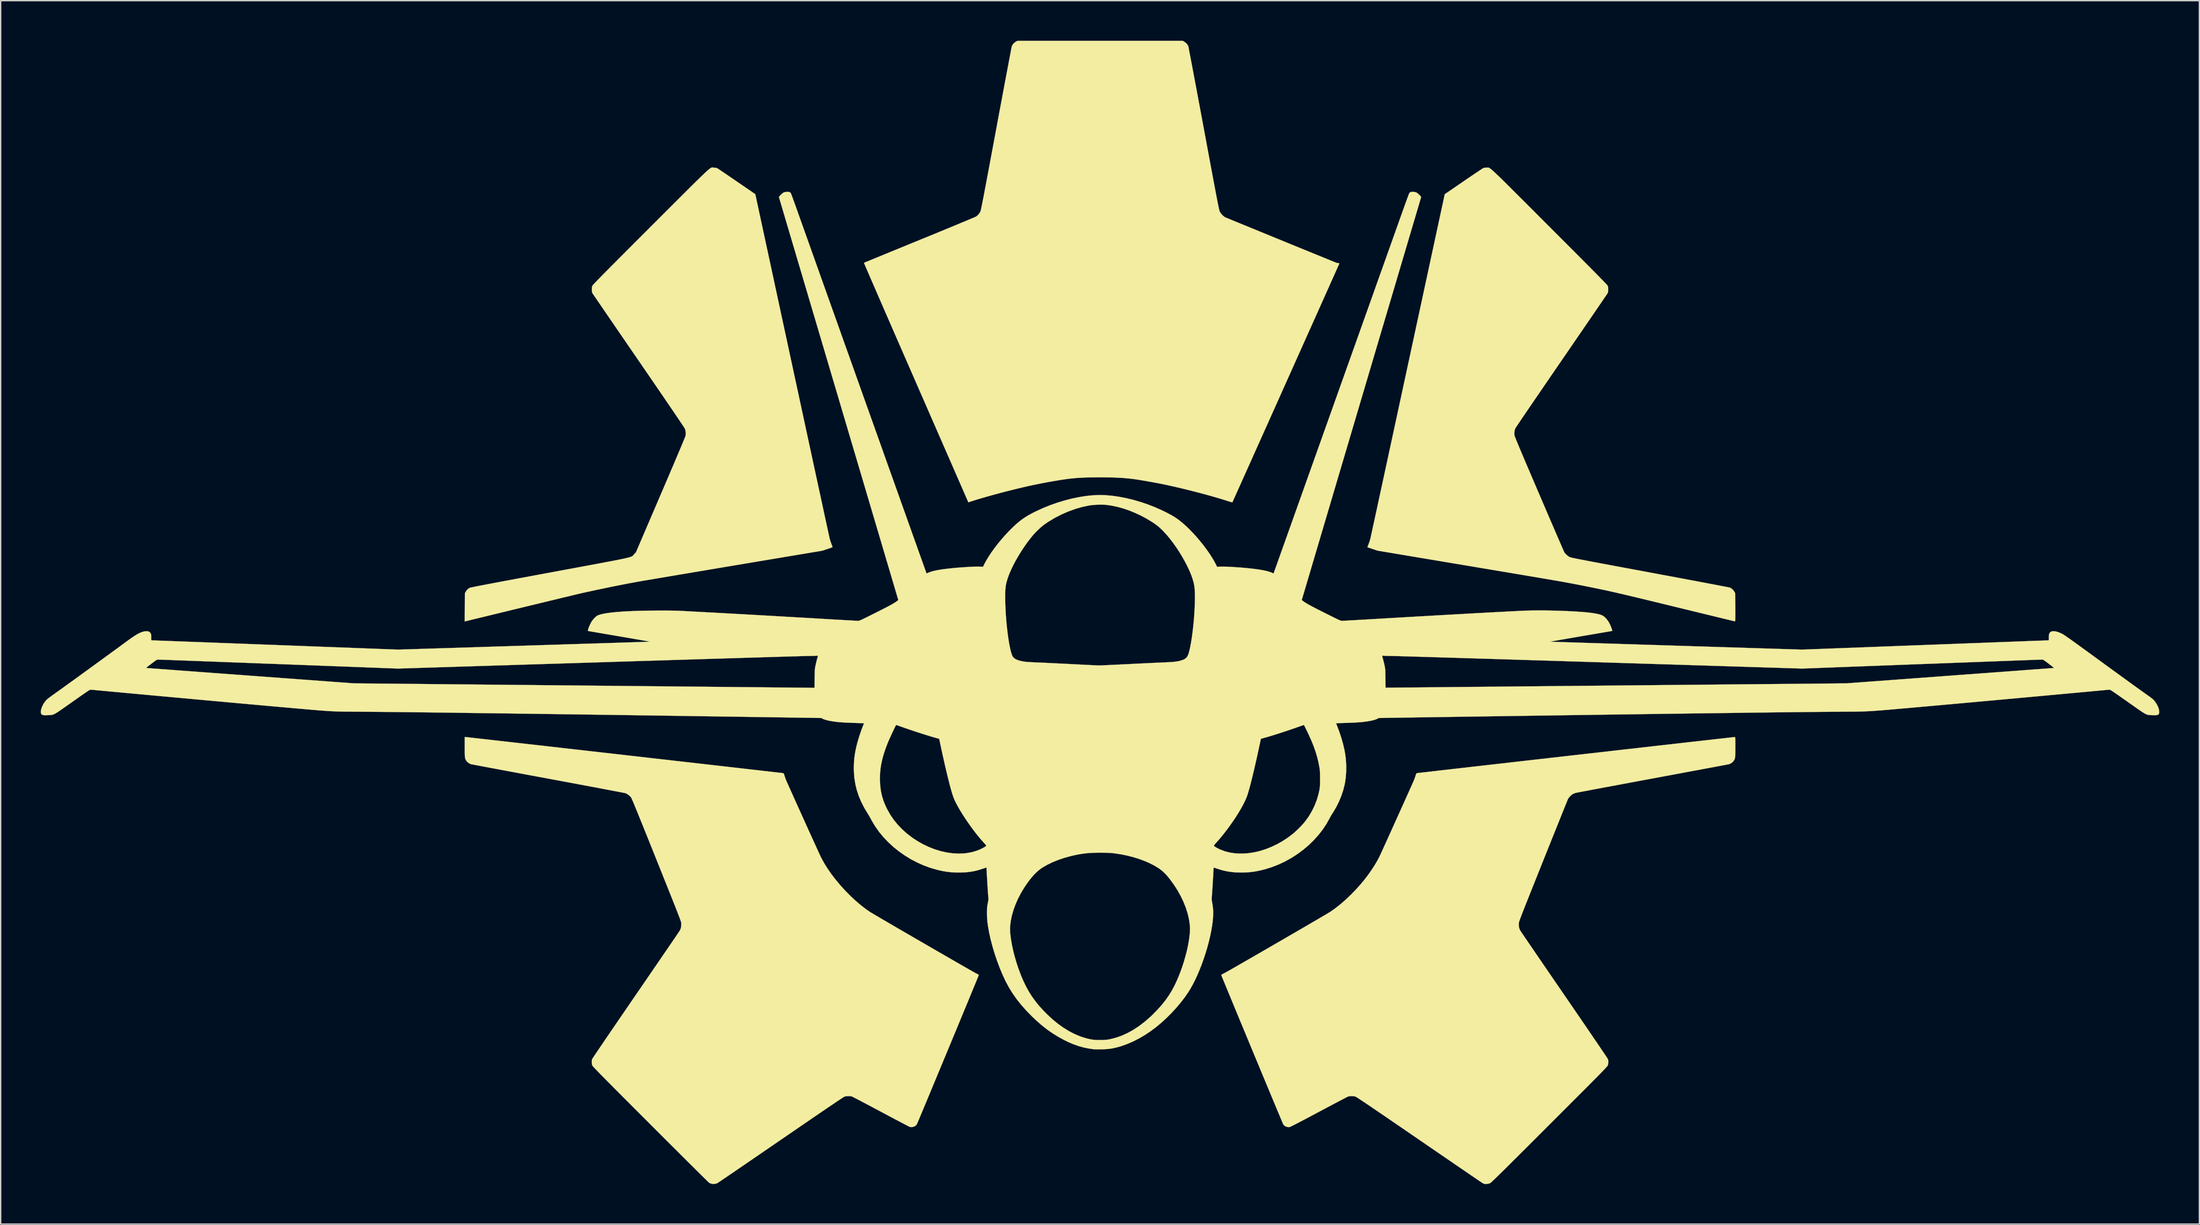
<source format=kicad_pcb>
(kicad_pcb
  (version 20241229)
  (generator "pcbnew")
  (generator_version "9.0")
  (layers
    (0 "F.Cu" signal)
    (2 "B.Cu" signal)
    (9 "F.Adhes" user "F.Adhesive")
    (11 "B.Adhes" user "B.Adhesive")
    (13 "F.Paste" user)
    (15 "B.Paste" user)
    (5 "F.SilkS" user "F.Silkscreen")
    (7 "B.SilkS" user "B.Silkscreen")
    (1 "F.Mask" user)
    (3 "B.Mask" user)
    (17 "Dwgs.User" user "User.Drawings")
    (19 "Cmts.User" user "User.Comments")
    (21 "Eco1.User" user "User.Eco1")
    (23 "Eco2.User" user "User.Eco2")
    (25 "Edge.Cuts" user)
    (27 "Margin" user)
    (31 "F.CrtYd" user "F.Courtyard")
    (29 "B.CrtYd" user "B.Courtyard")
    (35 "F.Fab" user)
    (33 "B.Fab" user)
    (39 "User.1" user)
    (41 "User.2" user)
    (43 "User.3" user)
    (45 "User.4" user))
  (footprint "OH_LOGO_LARGE"
    (layer "F.Cu")
    (at 79.276 51.408)
    (property "Reference" "OH_LOGO_LARGE" (at 0 0 0) (layer "F.SilkS") (effects (font (size 1.524 1.524) (thickness 0.3))))
    (attr through_hole)
    (fp_poly (pts (xy -28.992 -41.921) (xy -28.971 -41.918) (xy -28.949 -41.914) (xy -28.926 -41.91) (xy -28.899 -41.907) (xy -28.884 -41.906) (xy -28.768 -41.895) (xy -28.677 -41.876) (xy -28.639 -41.861) (xy -28.61 -41.843) (xy -28.549 -41.804) (xy -28.459 -41.744) (xy -28.342 -41.665) (xy -28.202 -41.571) (xy -28.041 -41.462) (xy -27.862 -41.34) (xy -27.668 -41.207) (xy -27.461 -41.066) (xy -27.245 -40.918) (xy -27.178 -40.872) (xy -25.792 -39.92) (xy -23.037 -27.141) (xy -22.88 -26.414) (xy -22.725 -25.697) (xy -22.573 -24.99) (xy -22.423 -24.296) (xy -22.276 -23.615) (xy -22.132 -22.948) (xy -21.992 -22.297) (xy -21.855 -21.662) (xy -21.722 -21.044) (xy -21.592 -20.446) (xy -21.468 -19.868) (xy -21.347 -19.311) (xy -21.232 -18.776) (xy -21.121 -18.264) (xy -21.016 -17.777) (xy -20.916 -17.316) (xy -20.822 -16.881) (xy -20.734 -16.474) (xy -20.653 -16.097) (xy -20.578 -15.749) (xy -20.509 -15.433) (xy -20.448 -15.15) (xy -20.394 -14.9) (xy -20.347 -14.685) (xy -20.308 -14.505) (xy -20.277 -14.363) (xy -20.254 -14.259) (xy -20.24 -14.194) (xy -20.235 -14.171) (xy -20.2 -14.045) (xy -20.152 -13.894) (xy -20.094 -13.729) (xy -20.031 -13.564) (xy -20.014 -13.522) (xy -20.014 -13.508) (xy -20.031 -13.493) (xy -20.067 -13.473) (xy -20.129 -13.448) (xy -20.221 -13.415) (xy -20.347 -13.373) (xy -20.387 -13.359) (xy -20.775 -13.231) (xy -27.421 -12.118) (xy -27.953 -12.029) (xy -28.478 -11.941) (xy -28.993 -11.854) (xy -29.498 -11.769) (xy -29.99 -11.687) (xy -30.468 -11.606) (xy -30.931 -11.528) (xy -31.375 -11.454) (xy -31.799 -11.382) (xy -32.203 -11.314) (xy -32.583 -11.25) (xy -32.938 -11.19) (xy -33.267 -11.134) (xy -33.567 -11.083) (xy -33.837 -11.037) (xy -34.075 -10.997) (xy -34.279 -10.962) (xy -34.448 -10.933) (xy -34.579 -10.91) (xy -34.671 -10.894) (xy -34.703 -10.888) (xy -35.104 -10.814) (xy -35.537 -10.731) (xy -35.994 -10.641) (xy -36.467 -10.546) (xy -36.946 -10.448) (xy -37.423 -10.349) (xy -37.889 -10.25) (xy -38.336 -10.153) (xy -38.755 -10.06) (xy -38.841 -10.041) (xy -38.895 -10.028) (xy -38.988 -10.006) (xy -39.117 -9.976) (xy -39.279 -9.937) (xy -39.473 -9.89) (xy -39.696 -9.836) (xy -39.944 -9.776) (xy -40.217 -9.711) (xy -40.511 -9.64) (xy -40.824 -9.564) (xy -41.153 -9.485) (xy -41.496 -9.402) (xy -41.85 -9.316) (xy -42.213 -9.228) (xy -42.583 -9.139) (xy -42.957 -9.048) (xy -43.332 -8.957) (xy -43.706 -8.867) (xy -44.077 -8.777) (xy -44.441 -8.688) (xy -44.798 -8.602) (xy -45.143 -8.518) (xy -45.475 -8.437) (xy -45.791 -8.361) (xy -46.089 -8.288) (xy -46.366 -8.221) (xy -46.619 -8.159) (xy -46.847 -8.103) (xy -47.046 -8.055) (xy -47.215 -8.013) (xy -47.351 -7.98) (xy -47.45 -7.955) (xy -47.486 -7.946) (xy -47.542 -7.933) (xy -47.536 -8.988) (xy -47.53 -10.044) (xy -47.48 -10.139) (xy -47.396 -10.265) (xy -47.289 -10.373) (xy -47.181 -10.445) (xy -47.162 -10.452) (xy -47.127 -10.461) (xy -47.074 -10.474) (xy -47.001 -10.49) (xy -46.908 -10.51) (xy -46.793 -10.533) (xy -46.655 -10.561) (xy -46.494 -10.593) (xy -46.307 -10.629) (xy -46.093 -10.67) (xy -45.852 -10.716) (xy -45.582 -10.768) (xy -45.282 -10.824) (xy -44.951 -10.887) (xy -44.588 -10.955) (xy -44.191 -11.029) (xy -43.759 -11.11) (xy -43.291 -11.197) (xy -42.786 -11.291) (xy -42.243 -11.392) (xy -41.66 -11.501) (xy -41.19 -11.588) (xy -40.593 -11.699) (xy -40.035 -11.802) (xy -39.516 -11.898) (xy -39.035 -11.987) (xy -38.589 -12.07) (xy -38.178 -12.146) (xy -37.8 -12.217) (xy -37.453 -12.282) (xy -37.137 -12.341) (xy -36.849 -12.396) (xy -36.589 -12.445) (xy -36.354 -12.491) (xy -36.143 -12.532) (xy -35.956 -12.57) (xy -35.79 -12.604) (xy -35.644 -12.635) (xy -35.517 -12.663) (xy -35.407 -12.688) (xy -35.313 -12.712) (xy -35.233 -12.733) (xy -35.166 -12.753) (xy -35.11 -12.772) (xy -35.065 -12.79) (xy -35.028 -12.807) (xy -34.998 -12.824) (xy -34.974 -12.841) (xy -34.954 -12.858) (xy -34.937 -12.875) (xy -34.922 -12.894) (xy -34.906 -12.914) (xy -34.889 -12.936) (xy -34.869 -12.959) (xy -34.859 -12.97) (xy -34.724 -13.114) (xy -32.877 -17.421) (xy -32.64 -17.974) (xy -32.419 -18.491) (xy -32.214 -18.971) (xy -32.024 -19.416) (xy -31.85 -19.824) (xy -31.693 -20.196) (xy -31.551 -20.531) (xy -31.425 -20.828) (xy -31.316 -21.088) (xy -31.223 -21.311) (xy -31.147 -21.496) (xy -31.087 -21.643) (xy -31.044 -21.752) (xy -31.017 -21.822) (xy -31.008 -21.853) (xy -30.995 -22.013) (xy -31.012 -22.186) (xy -31.052 -22.343) (xy -31.066 -22.37) (xy -31.1 -22.426) (xy -31.155 -22.51) (xy -31.229 -22.624) (xy -31.325 -22.767) (xy -31.441 -22.941) (xy -31.579 -23.145) (xy -31.737 -23.38) (xy -31.918 -23.646) (xy -32.12 -23.944) (xy -32.345 -24.274) (xy -32.592 -24.636) (xy -32.861 -25.03) (xy -33.154 -25.458) (xy -33.469 -25.919) (xy -33.808 -26.413) (xy -34.171 -26.942) (xy -34.523 -27.456) (xy -34.809 -27.872) (xy -35.088 -28.28) (xy -35.361 -28.677) (xy -35.625 -29.063) (xy -35.881 -29.436) (xy -36.127 -29.794) (xy -36.362 -30.137) (xy -36.585 -30.463) (xy -36.795 -30.77) (xy -36.992 -31.057) (xy -37.173 -31.323) (xy -37.34 -31.566) (xy -37.489 -31.785) (xy -37.621 -31.978) (xy -37.735 -32.144) (xy -37.829 -32.282) (xy -37.902 -32.39) (xy -37.954 -32.467) (xy -37.984 -32.512) (xy -37.991 -32.522) (xy -38.01 -32.573) (xy -38.021 -32.645) (xy -38.026 -32.749) (xy -38.026 -32.787) (xy -38.025 -32.886) (xy -38.019 -32.956) (xy -38.007 -33.009) (xy -37.985 -33.06) (xy -37.967 -33.095) (xy -37.951 -33.116) (xy -37.918 -33.153) (xy -37.867 -33.209) (xy -37.796 -33.284) (xy -37.706 -33.378) (xy -37.596 -33.492) (xy -37.464 -33.627) (xy -37.311 -33.783) (xy -37.135 -33.961) (xy -36.936 -34.162) (xy -36.714 -34.386) (xy -36.468 -34.634) (xy -36.196 -34.907) (xy -35.899 -35.205) (xy -35.576 -35.529) (xy -35.226 -35.88) (xy -34.849 -36.258) (xy -34.443 -36.664) (xy -34.008 -37.098) (xy -33.596 -37.511) (xy -33.164 -37.942) (xy -32.762 -38.344) (xy -32.387 -38.719) (xy -32.039 -39.067) (xy -31.717 -39.389) (xy -31.42 -39.685) (xy -31.146 -39.958) (xy -30.895 -40.209) (xy -30.666 -40.437) (xy -30.457 -40.644) (xy -30.267 -40.831) (xy -30.096 -41) (xy -29.942 -41.15) (xy -29.805 -41.283) (xy -29.682 -41.401) (xy -29.574 -41.503) (xy -29.479 -41.591) (xy -29.396 -41.667) (xy -29.324 -41.73) (xy -29.261 -41.782) (xy -29.208 -41.824) (xy -29.162 -41.858) (xy -29.123 -41.883) (xy -29.09 -41.9) (xy -29.061 -41.912) (xy -29.036 -41.919) (xy -29.013 -41.922) (xy -28.992 -41.921)) (stroke (width 0.01) (type solid)) (fill yes) (layer "F.SilkS"))
    (fp_poly (pts (xy 29.056 -41.915) (xy 29.079 -41.911) (xy 29.103 -41.904) (xy 29.132 -41.891) (xy 29.165 -41.873) (xy 29.203 -41.847) (xy 29.248 -41.814) (xy 29.301 -41.772) (xy 29.362 -41.72) (xy 29.433 -41.657) (xy 29.516 -41.583) (xy 29.61 -41.495) (xy 29.716 -41.394) (xy 29.837 -41.278) (xy 29.973 -41.146) (xy 30.126 -40.997) (xy 30.295 -40.83) (xy 30.482 -40.645) (xy 30.689 -40.439) (xy 30.916 -40.213) (xy 31.165 -39.965) (xy 31.436 -39.694) (xy 31.731 -39.4) (xy 32.05 -39.081) (xy 32.395 -38.736) (xy 32.766 -38.364) (xy 33.166 -37.964) (xy 33.594 -37.536) (xy 33.648 -37.482) (xy 34.119 -37.009) (xy 34.562 -36.567) (xy 34.975 -36.153) (xy 35.359 -35.767) (xy 35.715 -35.41) (xy 36.044 -35.08) (xy 36.345 -34.777) (xy 36.619 -34.5) (xy 36.867 -34.25) (xy 37.089 -34.026) (xy 37.286 -33.826) (xy 37.457 -33.651) (xy 37.605 -33.501) (xy 37.728 -33.374) (xy 37.827 -33.271) (xy 37.903 -33.19) (xy 37.957 -33.132) (xy 37.988 -33.096) (xy 37.997 -33.084) (xy 38.022 -33.03) (xy 38.037 -32.974) (xy 38.045 -32.905) (xy 38.047 -32.808) (xy 38.047 -32.787) (xy 38.045 -32.678) (xy 38.037 -32.6) (xy 38.022 -32.544) (xy 38.009 -32.516) (xy 37.994 -32.493) (xy 37.956 -32.436) (xy 37.896 -32.348) (xy 37.814 -32.228) (xy 37.713 -32.08) (xy 37.593 -31.903) (xy 37.454 -31.7) (xy 37.298 -31.472) (xy 37.126 -31.221) (xy 36.939 -30.947) (xy 36.738 -30.653) (xy 36.523 -30.339) (xy 36.295 -30.007) (xy 36.056 -29.658) (xy 35.807 -29.295) (xy 35.549 -28.918) (xy 35.281 -28.528) (xy 35.007 -28.127) (xy 34.725 -27.717) (xy 34.561 -27.478) (xy 34.276 -27.063) (xy 33.997 -26.656) (xy 33.725 -26.259) (xy 33.461 -25.874) (xy 33.206 -25.501) (xy 32.961 -25.142) (xy 32.726 -24.799) (xy 32.503 -24.473) (xy 32.293 -24.165) (xy 32.097 -23.878) (xy 31.915 -23.611) (xy 31.75 -23.367) (xy 31.6 -23.147) (xy 31.469 -22.953) (xy 31.356 -22.786) (xy 31.262 -22.647) (xy 31.189 -22.538) (xy 31.138 -22.46) (xy 31.109 -22.415) (xy 31.103 -22.405) (xy 31.046 -22.241) (xy 31.02 -22.065) (xy 31.025 -21.894) (xy 31.027 -21.88) (xy 31.033 -21.856) (xy 31.046 -21.816) (xy 31.066 -21.759) (xy 31.095 -21.685) (xy 31.132 -21.59) (xy 31.178 -21.475) (xy 31.235 -21.338) (xy 31.301 -21.178) (xy 31.378 -20.993) (xy 31.467 -20.782) (xy 31.567 -20.544) (xy 31.68 -20.278) (xy 31.806 -19.982) (xy 31.945 -19.654) (xy 32.098 -19.295) (xy 32.266 -18.902) (xy 32.449 -18.474) (xy 32.648 -18.009) (xy 32.863 -17.508) (xy 32.884 -17.46) (xy 33.058 -17.053) (xy 33.228 -16.657) (xy 33.393 -16.272) (xy 33.553 -15.9) (xy 33.706 -15.544) (xy 33.853 -15.204) (xy 33.991 -14.883) (xy 34.12 -14.583) (xy 34.24 -14.305) (xy 34.35 -14.052) (xy 34.449 -13.824) (xy 34.536 -13.624) (xy 34.61 -13.454) (xy 34.671 -13.315) (xy 34.717 -13.21) (xy 34.749 -13.139) (xy 34.765 -13.105) (xy 34.766 -13.102) (xy 34.833 -13.017) (xy 34.923 -12.926) (xy 35.026 -12.84) (xy 35.126 -12.771) (xy 35.16 -12.752) (xy 35.175 -12.745) (xy 35.199 -12.738) (xy 35.232 -12.728) (xy 35.276 -12.717) (xy 35.332 -12.704) (xy 35.401 -12.688) (xy 35.486 -12.67) (xy 35.588 -12.649) (xy 35.707 -12.625) (xy 35.845 -12.598) (xy 36.004 -12.567) (xy 36.185 -12.532) (xy 36.39 -12.492) (xy 36.619 -12.449) (xy 36.875 -12.4) (xy 37.158 -12.347) (xy 37.47 -12.288) (xy 37.813 -12.224) (xy 38.187 -12.154) (xy 38.595 -12.077) (xy 39.038 -11.995) (xy 39.516 -11.906) (xy 40.032 -11.81) (xy 40.587 -11.707) (xy 41.18 -11.596) (xy 41.674 -11.504) (xy 42.157 -11.414) (xy 42.629 -11.326) (xy 43.087 -11.241) (xy 43.529 -11.158) (xy 43.955 -11.078) (xy 44.361 -11.002) (xy 44.747 -10.929) (xy 45.111 -10.86) (xy 45.451 -10.796) (xy 45.766 -10.736) (xy 46.053 -10.682) (xy 46.311 -10.632) (xy 46.539 -10.588) (xy 46.735 -10.55) (xy 46.896 -10.519) (xy 47.022 -10.494) (xy 47.111 -10.476) (xy 47.16 -10.465) (xy 47.17 -10.462) (xy 47.276 -10.399) (xy 47.378 -10.307) (xy 47.464 -10.201) (xy 47.495 -10.15) (xy 47.551 -10.044) (xy 47.557 -8.991) (xy 47.558 -8.745) (xy 47.559 -8.538) (xy 47.559 -8.368) (xy 47.558 -8.231) (xy 47.556 -8.125) (xy 47.553 -8.046) (xy 47.55 -7.991) (xy 47.545 -7.957) (xy 47.539 -7.942) (xy 47.536 -7.94) (xy 47.513 -7.945) (xy 47.451 -7.96) (xy 47.351 -7.983) (xy 47.217 -8.016) (xy 47.05 -8.056) (xy 46.851 -8.104) (xy 46.623 -8.16) (xy 46.369 -8.221) (xy 46.089 -8.289) (xy 45.786 -8.363) (xy 45.462 -8.442) (xy 45.12 -8.525) (xy 44.76 -8.613) (xy 44.385 -8.704) (xy 43.997 -8.799) (xy 43.598 -8.896) (xy 43.572 -8.903) (xy 43.016 -9.038) (xy 42.5 -9.164) (xy 42.021 -9.281) (xy 41.576 -9.389) (xy 41.163 -9.489) (xy 40.78 -9.582) (xy 40.426 -9.667) (xy 40.097 -9.746) (xy 39.791 -9.819) (xy 39.507 -9.887) (xy 39.242 -9.949) (xy 38.994 -10.007) (xy 38.76 -10.061) (xy 38.539 -10.112) (xy 38.328 -10.16) (xy 38.125 -10.205) (xy 37.928 -10.248) (xy 37.735 -10.29) (xy 37.543 -10.33) (xy 37.351 -10.371) (xy 37.156 -10.411) (xy 36.955 -10.452) (xy 36.747 -10.494) (xy 36.53 -10.538) (xy 36.301 -10.584) (xy 36.248 -10.595) (xy 36.113 -10.622) (xy 35.982 -10.648) (xy 35.855 -10.673) (xy 35.73 -10.697) (xy 35.605 -10.721) (xy 35.479 -10.746) (xy 35.35 -10.77) (xy 35.216 -10.795) (xy 35.076 -10.821) (xy 34.929 -10.848) (xy 34.773 -10.876) (xy 34.605 -10.906) (xy 34.426 -10.938) (xy 34.232 -10.972) (xy 34.024 -11.008) (xy 33.798 -11.047) (xy 33.553 -11.089) (xy 33.289 -11.134) (xy 33.003 -11.183) (xy 32.693 -11.236) (xy 32.359 -11.292) (xy 31.998 -11.353) (xy 31.609 -11.419) (xy 31.191 -11.489) (xy 30.742 -11.565) (xy 30.26 -11.645) (xy 29.743 -11.732) (xy 29.191 -11.825) (xy 28.602 -11.923) (xy 27.974 -12.029) (xy 27.443 -12.118) (xy 20.796 -13.231) (xy 20.41 -13.359) (xy 20.29 -13.399) (xy 20.186 -13.434) (xy 20.102 -13.463) (xy 20.046 -13.484) (xy 20.024 -13.493) (xy 20.024 -13.493) (xy 20.031 -13.514) (xy 20.051 -13.567) (xy 20.08 -13.642) (xy 20.11 -13.717) (xy 20.154 -13.836) (xy 20.198 -13.971) (xy 20.237 -14.1) (xy 20.249 -14.147) (xy 20.257 -14.18) (xy 20.273 -14.253) (xy 20.297 -14.365) (xy 20.33 -14.515) (xy 20.371 -14.702) (xy 20.419 -14.925) (xy 20.475 -15.182) (xy 20.538 -15.473) (xy 20.608 -15.795) (xy 20.685 -16.149) (xy 20.768 -16.533) (xy 20.857 -16.946) (xy 20.952 -17.386) (xy 21.053 -17.853) (xy 21.16 -18.346) (xy 21.272 -18.863) (xy 21.388 -19.402) (xy 21.51 -19.964) (xy 21.635 -20.547) (xy 21.765 -21.15) (xy 21.9 -21.771) (xy 22.037 -22.409) (xy 22.179 -23.064) (xy 22.323 -23.734) (xy 22.471 -24.418) (xy 22.621 -25.115) (xy 22.774 -25.824) (xy 22.929 -26.543) (xy 23.058 -27.14) (xy 25.813 -39.918) (xy 27.215 -40.88) (xy 27.435 -41.031) (xy 27.647 -41.175) (xy 27.847 -41.311) (xy 28.034 -41.437) (xy 28.203 -41.551) (xy 28.352 -41.65) (xy 28.479 -41.734) (xy 28.58 -41.801) (xy 28.654 -41.847) (xy 28.696 -41.873) (xy 28.703 -41.876) (xy 28.781 -41.896) (xy 28.883 -41.908) (xy 28.942 -41.91) (xy 28.969 -41.911) (xy 28.992 -41.913) (xy 29.014 -41.915) (xy 29.035 -41.916) (xy 29.056 -41.915)) (stroke (width 0.01) (type solid)) (fill yes) (layer "F.SilkS"))
    (fp_poly (pts (xy 6.305 -51.34) (xy 6.418 -51.262) (xy 6.517 -51.163) (xy 6.59 -51.056) (xy 6.613 -51.005) (xy 6.62 -50.977) (xy 6.634 -50.909) (xy 6.655 -50.803) (xy 6.682 -50.66) (xy 6.717 -50.482) (xy 6.757 -50.271) (xy 6.803 -50.028) (xy 6.855 -49.756) (xy 6.912 -49.455) (xy 6.974 -49.127) (xy 7.04 -48.774) (xy 7.111 -48.398) (xy 7.186 -48) (xy 7.264 -47.582) (xy 7.346 -47.146) (xy 7.43 -46.693) (xy 7.518 -46.224) (xy 7.608 -45.743) (xy 7.7 -45.25) (xy 7.779 -44.822) (xy 7.89 -44.225) (xy 7.994 -43.667) (xy 8.09 -43.148) (xy 8.18 -42.667) (xy 8.263 -42.221) (xy 8.34 -41.81) (xy 8.41 -41.432) (xy 8.475 -41.086) (xy 8.535 -40.77) (xy 8.589 -40.482) (xy 8.638 -40.222) (xy 8.682 -39.988) (xy 8.722 -39.779) (xy 8.758 -39.592) (xy 8.79 -39.427) (xy 8.819 -39.282) (xy 8.844 -39.156) (xy 8.866 -39.047) (xy 8.885 -38.954) (xy 8.902 -38.876) (xy 8.917 -38.811) (xy 8.93 -38.757) (xy 8.941 -38.714) (xy 8.95 -38.679) (xy 8.959 -38.651) (xy 8.967 -38.63) (xy 8.974 -38.613) (xy 8.981 -38.6) (xy 9.05 -38.491) (xy 9.14 -38.383) (xy 9.24 -38.287) (xy 9.338 -38.214) (xy 9.377 -38.192) (xy 9.406 -38.18) (xy 9.471 -38.152) (xy 9.571 -38.111) (xy 9.703 -38.056) (xy 9.866 -37.989) (xy 10.057 -37.91) (xy 10.273 -37.821) (xy 10.513 -37.723) (xy 10.774 -37.616) (xy 11.054 -37.501) (xy 11.352 -37.379) (xy 11.663 -37.251) (xy 11.987 -37.118) (xy 12.322 -36.981) (xy 12.664 -36.841) (xy 13.011 -36.699) (xy 13.362 -36.555) (xy 13.715 -36.411) (xy 14.066 -36.267) (xy 14.414 -36.125) (xy 14.756 -35.985) (xy 15.091 -35.848) (xy 15.415 -35.716) (xy 15.728 -35.588) (xy 16.025 -35.466) (xy 16.306 -35.352) (xy 16.569 -35.245) (xy 16.809 -35.147) (xy 17.027 -35.058) (xy 17.219 -34.98) (xy 17.383 -34.913) (xy 17.516 -34.859) (xy 17.618 -34.818) (xy 17.684 -34.792) (xy 17.714 -34.78) (xy 17.714 -34.78) (xy 17.788 -34.763) (xy 17.86 -34.756) (xy 17.91 -34.75) (xy 17.923 -34.732) (xy 17.922 -34.729) (xy 17.911 -34.704) (xy 17.883 -34.642) (xy 17.84 -34.545) (xy 17.781 -34.414) (xy 17.708 -34.25) (xy 17.621 -34.055) (xy 17.521 -33.83) (xy 17.408 -33.577) (xy 17.283 -33.298) (xy 17.146 -32.993) (xy 16.999 -32.665) (xy 16.842 -32.314) (xy 16.676 -31.942) (xy 16.501 -31.551) (xy 16.318 -31.142) (xy 16.128 -30.717) (xy 15.931 -30.277) (xy 15.728 -29.823) (xy 15.519 -29.358) (xy 15.306 -28.881) (xy 15.089 -28.396) (xy 14.868 -27.903) (xy 14.644 -27.404) (xy 14.419 -26.9) (xy 14.192 -26.393) (xy 13.964 -25.885) (xy 13.736 -25.376) (xy 13.509 -24.868) (xy 13.283 -24.363) (xy 13.058 -23.862) (xy 12.836 -23.367) (xy 12.618 -22.878) (xy 12.403 -22.399) (xy 12.192 -21.929) (xy 11.987 -21.471) (xy 11.787 -21.025) (xy 11.594 -20.594) (xy 11.408 -20.179) (xy 11.23 -19.781) (xy 11.06 -19.402) (xy 10.899 -19.044) (xy 10.748 -18.707) (xy 10.608 -18.393) (xy 10.478 -18.104) (xy 10.36 -17.841) (xy 10.255 -17.606) (xy 10.162 -17.4) (xy 10.083 -17.224) (xy 10.019 -17.08) (xy 9.969 -16.97) (xy 9.935 -16.895) (xy 9.918 -16.856) (xy 9.915 -16.851) (xy 9.893 -16.854) (xy 9.837 -16.869) (xy 9.752 -16.893) (xy 9.645 -16.926) (xy 9.521 -16.964) (xy 9.467 -16.981) (xy 9.048 -17.112) (xy 8.595 -17.245) (xy 8.114 -17.382) (xy 7.613 -17.518) (xy 7.099 -17.652) (xy 6.58 -17.784) (xy 6.062 -17.909) (xy 5.553 -18.028) (xy 5.06 -18.137) (xy 4.591 -18.235) (xy 4.583 -18.237) (xy 4.447 -18.264) (xy 4.282 -18.295) (xy 4.095 -18.33) (xy 3.894 -18.366) (xy 3.684 -18.404) (xy 3.475 -18.441) (xy 3.272 -18.476) (xy 3.082 -18.508) (xy 2.914 -18.536) (xy 2.774 -18.558) (xy 2.678 -18.572) (xy 2.411 -18.607) (xy 2.15 -18.637) (xy 1.887 -18.662) (xy 1.617 -18.682) (xy 1.334 -18.697) (xy 1.032 -18.709) (xy 0.704 -18.716) (xy 0.345 -18.72) (xy 0.011 -18.721) (xy -0.364 -18.72) (xy -0.703 -18.717) (xy -1.012 -18.71) (xy -1.3 -18.699) (xy -1.571 -18.685) (xy -1.834 -18.665) (xy -2.093 -18.641) (xy -2.357 -18.61) (xy -2.632 -18.573) (xy -2.923 -18.529) (xy -3.239 -18.477) (xy -3.545 -18.425) (xy -3.919 -18.358) (xy -4.274 -18.292) (xy -4.618 -18.224) (xy -4.96 -18.154) (xy -5.307 -18.079) (xy -5.667 -17.997) (xy -6.05 -17.907) (xy -6.463 -17.806) (xy -6.572 -17.78) (xy -6.867 -17.706) (xy -7.173 -17.627) (xy -7.487 -17.544) (xy -7.802 -17.459) (xy -8.115 -17.374) (xy -8.419 -17.288) (xy -8.71 -17.205) (xy -8.983 -17.125) (xy -9.232 -17.05) (xy -9.453 -16.982) (xy -9.64 -16.921) (xy -9.722 -16.893) (xy -9.845 -16.85) (xy -9.874 -16.918) (xy -9.884 -16.942) (xy -9.911 -17.003) (xy -9.954 -17.101) (xy -10.012 -17.233) (xy -10.084 -17.4) (xy -10.171 -17.599) (xy -10.272 -17.83) (xy -10.386 -18.091) (xy -10.513 -18.381) (xy -10.652 -18.699) (xy -10.802 -19.043) (xy -10.963 -19.412) (xy -11.135 -19.806) (xy -11.317 -20.223) (xy -11.509 -20.661) (xy -11.709 -21.119) (xy -11.918 -21.597) (xy -12.134 -22.093) (xy -12.358 -22.605) (xy -12.589 -23.133) (xy -12.826 -23.675) (xy -13.068 -24.231) (xy -13.316 -24.798) (xy -13.569 -25.375) (xy -13.787 -25.876) (xy -14.043 -26.462) (xy -14.294 -27.037) (xy -14.541 -27.601) (xy -14.782 -28.154) (xy -15.017 -28.693) (xy -15.246 -29.217) (xy -15.467 -29.725) (xy -15.681 -30.217) (xy -15.887 -30.69) (xy -16.085 -31.143) (xy -16.273 -31.576) (xy -16.452 -31.987) (xy -16.62 -32.375) (xy -16.778 -32.738) (xy -16.925 -33.076) (xy -17.059 -33.387) (xy -17.182 -33.67) (xy -17.292 -33.924) (xy -17.388 -34.147) (xy -17.471 -34.339) (xy -17.539 -34.498) (xy -17.592 -34.622) (xy -17.63 -34.712) (xy -17.652 -34.765) (xy -17.657 -34.78) (xy -17.636 -34.79) (xy -17.578 -34.814) (xy -17.485 -34.853) (xy -17.357 -34.906) (xy -17.198 -34.972) (xy -17.008 -35.05) (xy -16.791 -35.14) (xy -16.546 -35.24) (xy -16.277 -35.351) (xy -15.985 -35.471) (xy -15.672 -35.599) (xy -15.34 -35.735) (xy -14.991 -35.879) (xy -14.625 -36.028) (xy -14.246 -36.184) (xy -13.855 -36.344) (xy -13.495 -36.491) (xy -13.093 -36.656) (xy -12.702 -36.816) (xy -12.321 -36.972) (xy -11.955 -37.123) (xy -11.603 -37.268) (xy -11.269 -37.406) (xy -10.954 -37.536) (xy -10.659 -37.658) (xy -10.388 -37.771) (xy -10.141 -37.874) (xy -9.921 -37.966) (xy -9.728 -38.046) (xy -9.566 -38.115) (xy -9.436 -38.17) (xy -9.34 -38.212) (xy -9.28 -38.239) (xy -9.258 -38.25) (xy -9.146 -38.345) (xy -9.041 -38.466) (xy -8.955 -38.6) (xy -8.943 -38.625) (xy -8.936 -38.642) (xy -8.928 -38.668) (xy -8.918 -38.707) (xy -8.905 -38.758) (xy -8.89 -38.823) (xy -8.873 -38.904) (xy -8.853 -39.002) (xy -8.829 -39.118) (xy -8.802 -39.253) (xy -8.771 -39.41) (xy -8.736 -39.589) (xy -8.697 -39.791) (xy -8.654 -40.018) (xy -8.606 -40.272) (xy -8.552 -40.553) (xy -8.494 -40.863) (xy -8.43 -41.204) (xy -8.36 -41.576) (xy -8.284 -41.981) (xy -8.202 -42.421) (xy -8.113 -42.896) (xy -8.018 -43.408) (xy -7.915 -43.959) (xy -7.805 -44.549) (xy -7.755 -44.818) (xy -7.662 -45.319) (xy -7.571 -45.81) (xy -7.481 -46.289) (xy -7.394 -46.755) (xy -7.31 -47.205) (xy -7.229 -47.639) (xy -7.151 -48.053) (xy -7.077 -48.448) (xy -7.007 -48.82) (xy -6.941 -49.169) (xy -6.88 -49.493) (xy -6.824 -49.79) (xy -6.773 -50.058) (xy -6.728 -50.296) (xy -6.689 -50.502) (xy -6.656 -50.675) (xy -6.629 -50.812) (xy -6.609 -50.912) (xy -6.597 -50.974) (xy -6.592 -50.994) (xy -6.535 -51.108) (xy -6.446 -51.216) (xy -6.335 -51.309) (xy -6.283 -51.34) (xy -6.17 -51.403) (xy 6.191 -51.403) (xy 6.305 -51.34)) (stroke (width 0.01) (type solid)) (fill yes) (layer "F.SilkS"))
    (fp_poly (pts (xy -47.429 0.725) (xy -47.372 0.731) (xy -47.276 0.742) (xy -47.142 0.757) (xy -46.971 0.776) (xy -46.766 0.799) (xy -46.526 0.826) (xy -46.255 0.857) (xy -45.953 0.891) (xy -45.621 0.928) (xy -45.262 0.969) (xy -44.876 1.012) (xy -44.466 1.059) (xy -44.032 1.108) (xy -43.576 1.16) (xy -43.099 1.214) (xy -42.604 1.27) (xy -42.09 1.328) (xy -41.561 1.388) (xy -41.016 1.45) (xy -40.459 1.513) (xy -39.889 1.578) (xy -39.309 1.644) (xy -38.72 1.711) (xy -38.124 1.779) (xy -37.522 1.847) (xy -36.914 1.916) (xy -36.304 1.986) (xy -35.692 2.055) (xy -35.08 2.125) (xy -34.469 2.194) (xy -33.86 2.264) (xy -33.256 2.333) (xy -32.657 2.401) (xy -32.065 2.468) (xy -31.482 2.535) (xy -30.908 2.6) (xy -30.346 2.664) (xy -29.797 2.727) (xy -29.261 2.788) (xy -28.742 2.847) (xy -28.239 2.904) (xy -27.755 2.96) (xy -27.291 3.012) (xy -26.849 3.063) (xy -26.429 3.111) (xy -26.034 3.156) (xy -25.665 3.198) (xy -25.323 3.238) (xy -25.01 3.273) (xy -24.726 3.306) (xy -24.475 3.335) (xy -24.256 3.36) (xy -24.072 3.381) (xy -23.924 3.398) (xy -23.814 3.411) (xy -23.742 3.42) (xy -23.71 3.424) (xy -23.709 3.424) (xy -23.68 3.44) (xy -23.655 3.475) (xy -23.631 3.536) (xy -23.611 3.598) (xy -23.578 3.7) (xy -23.541 3.81) (xy -23.51 3.895) (xy -23.492 3.938) (xy -23.458 4.017) (xy -23.409 4.13) (xy -23.345 4.272) (xy -23.27 4.443) (xy -23.182 4.638) (xy -23.085 4.855) (xy -22.978 5.092) (xy -22.864 5.346) (xy -22.744 5.614) (xy -22.618 5.893) (xy -22.488 6.181) (xy -22.355 6.475) (xy -22.221 6.772) (xy -22.086 7.07) (xy -21.953 7.365) (xy -21.821 7.656) (xy -21.693 7.939) (xy -21.569 8.211) (xy -21.451 8.471) (xy -21.34 8.714) (xy -21.237 8.939) (xy -21.144 9.143) (xy -21.062 9.323) (xy -20.991 9.477) (xy -20.934 9.6) (xy -20.891 9.692) (xy -20.863 9.749) (xy -20.859 9.757) (xy -20.636 10.164) (xy -20.376 10.579) (xy -20.085 10.997) (xy -19.766 11.412) (xy -19.424 11.822) (xy -19.063 12.219) (xy -18.688 12.6) (xy -18.303 12.96) (xy -17.913 13.294) (xy -17.521 13.598) (xy -17.24 13.794) (xy -17.196 13.821) (xy -17.119 13.869) (xy -17.009 13.934) (xy -16.869 14.017) (xy -16.701 14.116) (xy -16.508 14.229) (xy -16.291 14.356) (xy -16.053 14.496) (xy -15.796 14.646) (xy -15.521 14.806) (xy -15.231 14.975) (xy -14.929 15.151) (xy -14.615 15.333) (xy -14.293 15.52) (xy -13.964 15.711) (xy -13.631 15.904) (xy -13.295 16.099) (xy -12.959 16.294) (xy -12.625 16.487) (xy -12.295 16.678) (xy -11.971 16.865) (xy -11.655 17.048) (xy -11.349 17.224) (xy -11.056 17.393) (xy -10.778 17.553) (xy -10.516 17.704) (xy -10.273 17.843) (xy -10.051 17.97) (xy -9.852 18.084) (xy -9.678 18.183) (xy -9.531 18.267) (xy -9.414 18.333) (xy -9.328 18.38) (xy -9.276 18.408) (xy -9.265 18.414) (xy -9.164 18.463) (xy -9.099 18.501) (xy -9.069 18.529) (xy -9.066 18.542) (xy -9.076 18.569) (xy -9.101 18.632) (xy -9.141 18.731) (xy -9.195 18.863) (xy -9.262 19.026) (xy -9.341 19.219) (xy -9.432 19.44) (xy -9.534 19.686) (xy -9.645 19.956) (xy -9.765 20.247) (xy -9.894 20.559) (xy -10.03 20.889) (xy -10.174 21.234) (xy -10.323 21.594) (xy -10.477 21.967) (xy -10.635 22.349) (xy -10.797 22.741) (xy -10.962 23.138) (xy -11.129 23.541) (xy -11.297 23.946) (xy -11.466 24.352) (xy -11.634 24.757) (xy -11.801 25.159) (xy -11.966 25.557) (xy -12.129 25.947) (xy -12.287 26.329) (xy -12.442 26.7) (xy -12.591 27.059) (xy -12.734 27.404) (xy -12.871 27.732) (xy -13 28.042) (xy -13.121 28.332) (xy -13.233 28.6) (xy -13.335 28.844) (xy -13.427 29.062) (xy -13.506 29.252) (xy -13.574 29.413) (xy -13.629 29.542) (xy -13.669 29.638) (xy -13.696 29.699) (xy -13.706 29.722) (xy -13.789 29.812) (xy -13.897 29.878) (xy -14.02 29.916) (xy -14.145 29.923) (xy -14.238 29.903) (xy -14.268 29.889) (xy -14.333 29.857) (xy -14.43 29.807) (xy -14.557 29.741) (xy -14.711 29.66) (xy -14.89 29.566) (xy -15.092 29.46) (xy -15.313 29.343) (xy -15.552 29.216) (xy -15.805 29.082) (xy -16.071 28.94) (xy -16.347 28.793) (xy -16.408 28.76) (xy -16.686 28.612) (xy -16.954 28.47) (xy -17.21 28.334) (xy -17.452 28.206) (xy -17.677 28.087) (xy -17.882 27.979) (xy -18.066 27.883) (xy -18.226 27.8) (xy -18.359 27.731) (xy -18.462 27.679) (xy -18.534 27.643) (xy -18.572 27.626) (xy -18.575 27.625) (xy -18.676 27.607) (xy -18.8 27.601) (xy -18.929 27.606) (xy -19.047 27.622) (xy -19.12 27.64) (xy -19.149 27.656) (xy -19.207 27.692) (xy -19.296 27.749) (xy -19.416 27.828) (xy -19.567 27.928) (xy -19.749 28.05) (xy -19.962 28.194) (xy -20.208 28.36) (xy -20.486 28.548) (xy -20.796 28.759) (xy -21.139 28.993) (xy -21.515 29.25) (xy -21.924 29.53) (xy -22.367 29.833) (xy -22.844 30.16) (xy -23.355 30.51) (xy -23.89 30.877) (xy -24.292 31.153) (xy -24.685 31.423) (xy -25.069 31.686) (xy -25.44 31.94) (xy -25.799 32.186) (xy -26.144 32.422) (xy -26.472 32.647) (xy -26.783 32.86) (xy -27.075 33.059) (xy -27.347 33.245) (xy -27.597 33.416) (xy -27.824 33.57) (xy -28.026 33.708) (xy -28.202 33.828) (xy -28.351 33.928) (xy -28.47 34.009) (xy -28.559 34.068) (xy -28.615 34.106) (xy -28.638 34.12) (xy -28.735 34.154) (xy -28.853 34.173) (xy -28.974 34.176) (xy -29.079 34.16) (xy -29.094 34.156) (xy -29.166 34.129) (xy -29.233 34.098) (xy -29.242 34.094) (xy -29.262 34.076) (xy -29.311 34.03) (xy -29.387 33.956) (xy -29.489 33.855) (xy -29.617 33.73) (xy -29.769 33.58) (xy -29.943 33.408) (xy -30.139 33.214) (xy -30.355 32.999) (xy -30.59 32.766) (xy -30.843 32.514) (xy -31.113 32.245) (xy -31.398 31.961) (xy -31.698 31.662) (xy -32.01 31.35) (xy -32.335 31.026) (xy -32.671 30.691) (xy -33.015 30.346) (xy -33.369 29.993) (xy -33.637 29.725) (xy -34.065 29.296) (xy -34.464 28.897) (xy -34.835 28.525) (xy -35.179 28.181) (xy -35.497 27.862) (xy -35.791 27.567) (xy -36.06 27.297) (xy -36.307 27.049) (xy -36.532 26.823) (xy -36.736 26.618) (xy -36.92 26.432) (xy -37.086 26.265) (xy -37.233 26.115) (xy -37.364 25.982) (xy -37.479 25.864) (xy -37.58 25.761) (xy -37.666 25.672) (xy -37.74 25.594) (xy -37.803 25.528) (xy -37.854 25.473) (xy -37.896 25.426) (xy -37.93 25.388) (xy -37.955 25.358) (xy -37.974 25.333) (xy -37.988 25.314) (xy -37.997 25.298) (xy -38.002 25.286) (xy -38.002 25.285) (xy -38.027 25.172) (xy -38.035 25.045) (xy -38.027 24.922) (xy -38.007 24.834) (xy -37.992 24.809) (xy -37.955 24.751) (xy -37.895 24.661) (xy -37.815 24.541) (xy -37.714 24.391) (xy -37.595 24.214) (xy -37.457 24.011) (xy -37.303 23.783) (xy -37.132 23.531) (xy -36.946 23.258) (xy -36.746 22.965) (xy -36.533 22.652) (xy -36.308 22.323) (xy -36.072 21.977) (xy -35.825 21.616) (xy -35.569 21.243) (xy -35.306 20.858) (xy -35.035 20.463) (xy -34.758 20.058) (xy -34.732 20.021) (xy -34.454 19.616) (xy -34.182 19.219) (xy -33.917 18.832) (xy -33.659 18.457) (xy -33.411 18.095) (xy -33.173 17.746) (xy -32.945 17.414) (xy -32.73 17.099) (xy -32.527 16.802) (xy -32.338 16.526) (xy -32.164 16.271) (xy -32.006 16.04) (xy -31.865 15.833) (xy -31.742 15.652) (xy -31.638 15.498) (xy -31.554 15.374) (xy -31.49 15.279) (xy -31.449 15.217) (xy -31.43 15.188) (xy -31.43 15.187) (xy -31.37 15.038) (xy -31.336 14.866) (xy -31.331 14.684) (xy -31.332 14.661) (xy -31.334 14.642) (xy -31.338 14.62) (xy -31.345 14.593) (xy -31.354 14.558) (xy -31.367 14.516) (xy -31.384 14.464) (xy -31.407 14.401) (xy -31.434 14.324) (xy -31.468 14.234) (xy -31.508 14.128) (xy -31.555 14.004) (xy -31.611 13.862) (xy -31.674 13.699) (xy -31.747 13.514) (xy -31.829 13.306) (xy -31.922 13.073) (xy -32.025 12.813) (xy -32.14 12.525) (xy -32.266 12.208) (xy -32.405 11.86) (xy -32.558 11.479) (xy -32.724 11.064) (xy -32.904 10.613) (xy -33.1 10.125) (xy -33.179 9.926) (xy -33.4 9.374) (xy -33.606 8.861) (xy -33.797 8.385) (xy -33.974 7.947) (xy -34.136 7.544) (xy -34.284 7.177) (xy -34.419 6.845) (xy -34.54 6.546) (xy -34.648 6.28) (xy -34.744 6.047) (xy -34.827 5.845) (xy -34.898 5.673) (xy -34.958 5.532) (xy -35.006 5.419) (xy -35.043 5.335) (xy -35.07 5.278) (xy -35.085 5.248) (xy -35.087 5.245) (xy -35.167 5.154) (xy -35.269 5.065) (xy -35.38 4.988) (xy -35.485 4.933) (xy -35.512 4.923) (xy -35.541 4.916) (xy -35.611 4.902) (xy -35.718 4.881) (xy -35.862 4.853) (xy -36.04 4.819) (xy -36.252 4.779) (xy -36.494 4.732) (xy -36.767 4.681) (xy -37.067 4.624) (xy -37.393 4.562) (xy -37.743 4.496) (xy -38.117 4.426) (xy -38.511 4.352) (xy -38.924 4.275) (xy -39.355 4.194) (xy -39.802 4.111) (xy -40.262 4.025) (xy -40.735 3.937) (xy -41.219 3.847) (xy -41.307 3.83) (xy -41.792 3.74) (xy -42.266 3.652) (xy -42.729 3.566) (xy -43.177 3.482) (xy -43.61 3.401) (xy -44.025 3.324) (xy -44.422 3.25) (xy -44.798 3.18) (xy -45.151 3.114) (xy -45.48 3.052) (xy -45.784 2.995) (xy -46.06 2.944) (xy -46.306 2.897) (xy -46.522 2.857) (xy -46.704 2.822) (xy -46.853 2.794) (xy -46.965 2.773) (xy -47.039 2.759) (xy -47.074 2.752) (xy -47.076 2.751) (xy -47.178 2.709) (xy -47.283 2.64) (xy -47.375 2.556) (xy -47.415 2.506) (xy -47.446 2.459) (xy -47.472 2.416) (xy -47.492 2.372) (xy -47.508 2.322) (xy -47.52 2.262) (xy -47.529 2.186) (xy -47.535 2.09) (xy -47.538 1.97) (xy -47.54 1.82) (xy -47.54 1.636) (xy -47.54 1.476) (xy -47.54 0.714) (xy -47.429 0.725)) (stroke (width 0.01) (type solid)) (fill yes) (layer "F.SilkS"))
    (fp_poly (pts (xy 47.535 0.722) (xy 47.543 0.732) (xy 47.549 0.755) (xy 47.553 0.792) (xy 47.557 0.85) (xy 47.559 0.932) (xy 47.56 1.041) (xy 47.561 1.183) (xy 47.561 1.361) (xy 47.562 1.479) (xy 47.561 1.691) (xy 47.56 1.865) (xy 47.558 2.006) (xy 47.554 2.119) (xy 47.548 2.209) (xy 47.538 2.28) (xy 47.525 2.337) (xy 47.508 2.385) (xy 47.486 2.428) (xy 47.459 2.472) (xy 47.436 2.506) (xy 47.359 2.593) (xy 47.26 2.672) (xy 47.154 2.731) (xy 47.097 2.751) (xy 47.07 2.757) (xy 47.003 2.77) (xy 46.898 2.79) (xy 46.756 2.816) (xy 46.58 2.85) (xy 46.371 2.889) (xy 46.13 2.934) (xy 45.86 2.985) (xy 45.562 3.04) (xy 45.238 3.101) (xy 44.889 3.166) (xy 44.518 3.235) (xy 44.126 3.308) (xy 43.715 3.385) (xy 43.286 3.465) (xy 42.841 3.548) (xy 42.383 3.633) (xy 41.911 3.721) (xy 41.43 3.81) (xy 41.381 3.819) (xy 40.898 3.909) (xy 40.424 3.997) (xy 39.963 4.083) (xy 39.515 4.167) (xy 39.083 4.247) (xy 38.668 4.325) (xy 38.271 4.399) (xy 37.895 4.469) (xy 37.542 4.535) (xy 37.212 4.597) (xy 36.908 4.654) (xy 36.632 4.706) (xy 36.385 4.753) (xy 36.169 4.794) (xy 35.986 4.828) (xy 35.837 4.857) (xy 35.725 4.878) (xy 35.651 4.893) (xy 35.616 4.9) (xy 35.615 4.901) (xy 35.526 4.93) (xy 35.437 4.968) (xy 35.394 4.99) (xy 35.301 5.056) (xy 35.205 5.143) (xy 35.118 5.239) (xy 35.053 5.331) (xy 35.038 5.357) (xy 35.026 5.386) (xy 34.999 5.451) (xy 34.958 5.552) (xy 34.903 5.688) (xy 34.835 5.855) (xy 34.755 6.053) (xy 34.664 6.28) (xy 34.562 6.533) (xy 34.45 6.811) (xy 34.329 7.113) (xy 34.199 7.436) (xy 34.061 7.779) (xy 33.916 8.14) (xy 33.765 8.517) (xy 33.608 8.908) (xy 33.446 9.312) (xy 33.28 9.727) (xy 33.179 9.98) (xy 32.979 10.48) (xy 32.794 10.943) (xy 32.624 11.369) (xy 32.467 11.76) (xy 32.324 12.118) (xy 32.194 12.445) (xy 32.076 12.742) (xy 31.969 13.009) (xy 31.874 13.25) (xy 31.788 13.466) (xy 31.713 13.657) (xy 31.647 13.826) (xy 31.59 13.974) (xy 31.54 14.103) (xy 31.498 14.214) (xy 31.463 14.309) (xy 31.434 14.388) (xy 31.41 14.455) (xy 31.392 14.51) (xy 31.378 14.554) (xy 31.367 14.59) (xy 31.361 14.619) (xy 31.356 14.642) (xy 31.354 14.661) (xy 31.354 14.662) (xy 31.355 14.844) (xy 31.385 15.018) (xy 31.443 15.172) (xy 31.451 15.187) (xy 31.467 15.213) (xy 31.507 15.273) (xy 31.569 15.365) (xy 31.651 15.487) (xy 31.754 15.639) (xy 31.876 15.817) (xy 32.015 16.022) (xy 32.172 16.252) (xy 32.345 16.505) (xy 32.532 16.78) (xy 32.734 17.074) (xy 32.948 17.388) (xy 33.175 17.719) (xy 33.412 18.066) (xy 33.66 18.428) (xy 33.917 18.802) (xy 34.181 19.188) (xy 34.453 19.584) (xy 34.73 19.988) (xy 34.753 20.021) (xy 35.03 20.426) (xy 35.302 20.822) (xy 35.567 21.208) (xy 35.823 21.582) (xy 36.07 21.944) (xy 36.308 22.291) (xy 36.534 22.623) (xy 36.748 22.937) (xy 36.949 23.232) (xy 37.136 23.507) (xy 37.309 23.76) (xy 37.465 23.991) (xy 37.604 24.196) (xy 37.725 24.376) (xy 37.828 24.528) (xy 37.91 24.651) (xy 37.971 24.744) (xy 38.011 24.805) (xy 38.027 24.833) (xy 38.028 24.834) (xy 38.052 24.947) (xy 38.056 25.079) (xy 38.04 25.211) (xy 38.016 25.299) (xy 38.01 25.311) (xy 38.001 25.327) (xy 37.987 25.347) (xy 37.968 25.371) (xy 37.942 25.402) (xy 37.909 25.44) (xy 37.867 25.486) (xy 37.816 25.542) (xy 37.754 25.607) (xy 37.68 25.684) (xy 37.594 25.773) (xy 37.494 25.876) (xy 37.38 25.992) (xy 37.25 26.125) (xy 37.103 26.273) (xy 36.938 26.439) (xy 36.755 26.624) (xy 36.552 26.828) (xy 36.328 27.053) (xy 36.083 27.299) (xy 35.814 27.568) (xy 35.522 27.86) (xy 35.205 28.177) (xy 34.863 28.52) (xy 34.493 28.89) (xy 34.096 29.287) (xy 33.67 29.714) (xy 33.639 29.744) (xy 33.205 30.178) (xy 32.799 30.583) (xy 32.422 30.961) (xy 32.071 31.311) (xy 31.747 31.635) (xy 31.447 31.934) (xy 31.171 32.209) (xy 30.918 32.46) (xy 30.688 32.689) (xy 30.478 32.897) (xy 30.289 33.085) (xy 30.118 33.254) (xy 29.966 33.404) (xy 29.831 33.536) (xy 29.712 33.653) (xy 29.608 33.753) (xy 29.519 33.84) (xy 29.442 33.913) (xy 29.378 33.973) (xy 29.325 34.021) (xy 29.283 34.059) (xy 29.249 34.088) (xy 29.224 34.107) (xy 29.207 34.119) (xy 29.2 34.123) (xy 29.112 34.151) (xy 29.007 34.17) (xy 28.901 34.179) (xy 28.808 34.175) (xy 28.765 34.166) (xy 28.71 34.144) (xy 28.646 34.114) (xy 28.64 34.111) (xy 28.616 34.096) (xy 28.56 34.058) (xy 28.471 33.998) (xy 28.351 33.917) (xy 28.203 33.816) (xy 28.027 33.696) (xy 27.824 33.558) (xy 27.598 33.403) (xy 27.347 33.232) (xy 27.076 33.046) (xy 26.783 32.846) (xy 26.472 32.633) (xy 26.144 32.408) (xy 25.8 32.173) (xy 25.441 31.927) (xy 25.069 31.672) (xy 24.686 31.409) (xy 24.293 31.139) (xy 23.911 30.877) (xy 23.391 30.521) (xy 22.906 30.187) (xy 22.453 29.877) (xy 22.033 29.59) (xy 21.645 29.324) (xy 21.288 29.08) (xy 20.961 28.858) (xy 20.664 28.655) (xy 20.396 28.473) (xy 20.156 28.31) (xy 19.943 28.166) (xy 19.757 28.041) (xy 19.597 27.934) (xy 19.462 27.844) (xy 19.351 27.772) (xy 19.264 27.715) (xy 19.2 27.675) (xy 19.158 27.651) (xy 19.139 27.641) (xy 19.031 27.616) (xy 18.902 27.603) (xy 18.769 27.603) (xy 18.648 27.616) (xy 18.577 27.633) (xy 18.546 27.647) (xy 18.48 27.68) (xy 18.382 27.73) (xy 18.255 27.796) (xy 18.1 27.877) (xy 17.92 27.971) (xy 17.717 28.078) (xy 17.495 28.195) (xy 17.256 28.322) (xy 17.001 28.457) (xy 16.735 28.598) (xy 16.458 28.746) (xy 16.383 28.786) (xy 16.014 28.983) (xy 15.681 29.16) (xy 15.383 29.317) (xy 15.121 29.455) (xy 14.892 29.575) (xy 14.697 29.676) (xy 14.535 29.759) (xy 14.405 29.824) (xy 14.305 29.873) (xy 14.237 29.904) (xy 14.197 29.919) (xy 14.192 29.92) (xy 14.062 29.921) (xy 13.936 29.887) (xy 13.823 29.823) (xy 13.736 29.734) (xy 13.727 29.722) (xy 13.716 29.698) (xy 13.69 29.637) (xy 13.649 29.541) (xy 13.594 29.411) (xy 13.526 29.249) (xy 13.446 29.058) (xy 13.355 28.84) (xy 13.253 28.595) (xy 13.141 28.327) (xy 13.019 28.037) (xy 12.89 27.726) (xy 12.753 27.398) (xy 12.61 27.053) (xy 12.46 26.694) (xy 12.306 26.323) (xy 12.147 25.941) (xy 11.985 25.55) (xy 11.82 25.153) (xy 11.653 24.751) (xy 11.484 24.345) (xy 11.316 23.939) (xy 11.148 23.534) (xy 10.981 23.132) (xy 10.816 22.734) (xy 10.654 22.343) (xy 10.495 21.961) (xy 10.341 21.588) (xy 10.192 21.229) (xy 10.049 20.883) (xy 9.913 20.554) (xy 9.785 20.243) (xy 9.664 19.951) (xy 9.553 19.682) (xy 9.452 19.436) (xy 9.361 19.216) (xy 9.282 19.024) (xy 9.215 18.861) (xy 9.162 18.729) (xy 9.122 18.631) (xy 9.097 18.568) (xy 9.087 18.542) (xy 9.097 18.52) (xy 9.139 18.489) (xy 9.215 18.448) (xy 9.286 18.414) (xy 9.324 18.394) (xy 9.397 18.354) (xy 9.502 18.295) (xy 9.637 18.219) (xy 9.8 18.126) (xy 9.99 18.018) (xy 10.203 17.896) (xy 10.438 17.761) (xy 10.692 17.615) (xy 10.964 17.458) (xy 11.252 17.292) (xy 11.553 17.119) (xy 11.865 16.939) (xy 12.186 16.753) (xy 12.514 16.564) (xy 12.846 16.371) (xy 13.182 16.177) (xy 13.518 15.982) (xy 13.852 15.788) (xy 14.183 15.596) (xy 14.508 15.407) (xy 14.826 15.223) (xy 15.133 15.044) (xy 15.428 14.873) (xy 15.709 14.709) (xy 15.974 14.554) (xy 16.22 14.411) (xy 16.445 14.279) (xy 16.648 14.16) (xy 16.826 14.055) (xy 16.977 13.965) (xy 17.1 13.893) (xy 17.19 13.838) (xy 17.248 13.802) (xy 17.261 13.794) (xy 17.632 13.53) (xy 18.01 13.231) (xy 18.39 12.9) (xy 18.768 12.542) (xy 19.138 12.163) (xy 19.495 11.765) (xy 19.789 11.414) (xy 19.999 11.143) (xy 20.208 10.854) (xy 20.409 10.557) (xy 20.596 10.262) (xy 20.764 9.976) (xy 20.906 9.709) (xy 20.914 9.694) (xy 20.936 9.646) (xy 20.975 9.563) (xy 21.028 9.448) (xy 21.095 9.303) (xy 21.174 9.13) (xy 21.263 8.934) (xy 21.363 8.715) (xy 21.471 8.478) (xy 21.586 8.224) (xy 21.707 7.957) (xy 21.833 7.679) (xy 21.962 7.392) (xy 22.094 7.1) (xy 22.227 6.806) (xy 22.36 6.511) (xy 22.492 6.219) (xy 22.621 5.932) (xy 22.747 5.654) (xy 22.867 5.386) (xy 22.982 5.131) (xy 23.089 4.893) (xy 23.187 4.673) (xy 23.276 4.475) (xy 23.353 4.301) (xy 23.418 4.154) (xy 23.47 4.037) (xy 23.507 3.952) (xy 23.529 3.902) (xy 23.532 3.895) (xy 23.566 3.801) (xy 23.603 3.691) (xy 23.632 3.598) (xy 23.66 3.514) (xy 23.684 3.462) (xy 23.709 3.434) (xy 23.73 3.424) (xy 23.753 3.421) (xy 23.817 3.413) (xy 23.92 3.401) (xy 24.061 3.385) (xy 24.238 3.364) (xy 24.45 3.34) (xy 24.695 3.312) (xy 24.972 3.28) (xy 25.28 3.244) (xy 25.616 3.206) (xy 25.98 3.164) (xy 26.371 3.119) (xy 26.786 3.072) (xy 27.224 3.022) (xy 27.684 2.969) (xy 28.165 2.915) (xy 28.664 2.858) (xy 29.181 2.799) (xy 29.713 2.738) (xy 30.261 2.676) (xy 30.821 2.612) (xy 31.393 2.547) (xy 31.975 2.48) (xy 32.566 2.413) (xy 33.164 2.345) (xy 33.768 2.276) (xy 34.377 2.207) (xy 34.988 2.138) (xy 35.601 2.068) (xy 36.215 1.998) (xy 36.826 1.929) (xy 37.435 1.86) (xy 38.04 1.791) (xy 38.638 1.723) (xy 39.23 1.656) (xy 39.813 1.59) (xy 40.386 1.525) (xy 40.947 1.461) (xy 41.496 1.399) (xy 42.03 1.338) (xy 42.548 1.28) (xy 43.049 1.223) (xy 43.531 1.168) (xy 43.993 1.116) (xy 44.433 1.066) (xy 44.85 1.019) (xy 45.243 0.975) (xy 45.609 0.934) (xy 45.948 0.895) (xy 46.258 0.86) (xy 46.538 0.829) (xy 46.786 0.801) (xy 47.001 0.777) (xy 47.181 0.757) (xy 47.325 0.741) (xy 47.431 0.729) (xy 47.498 0.722) (xy 47.525 0.72) (xy 47.525 0.72) (xy 47.535 0.722)) (stroke (width 0.01) (type solid)) (fill yes) (layer "F.SilkS"))
    (fp_poly (pts (xy -23.25 -40.083) (xy -23.181 -40.05) (xy -23.133 -39.995) (xy -23.132 -39.994) (xy -23.119 -39.964) (xy -23.093 -39.897) (xy -23.055 -39.798) (xy -23.007 -39.668) (xy -22.95 -39.512) (xy -22.885 -39.333) (xy -22.813 -39.134) (xy -22.736 -38.92) (xy -22.655 -38.692) (xy -22.599 -38.534) (xy -22.532 -38.348) (xy -22.455 -38.129) (xy -22.365 -37.878) (xy -22.265 -37.596) (xy -22.154 -37.285) (xy -22.034 -36.947) (xy -21.904 -36.581) (xy -21.764 -36.19) (xy -21.616 -35.774) (xy -21.46 -35.335) (xy -21.296 -34.875) (xy -21.125 -34.394) (xy -20.947 -33.893) (xy -20.762 -33.375) (xy -20.571 -32.839) (xy -20.375 -32.288) (xy -20.174 -31.723) (xy -19.968 -31.145) (xy -19.757 -30.554) (xy -19.543 -29.954) (xy -19.326 -29.343) (xy -19.106 -28.725) (xy -18.883 -28.1) (xy -18.658 -27.469) (xy -18.432 -26.834) (xy -18.205 -26.196) (xy -17.977 -25.556) (xy -17.749 -24.915) (xy -17.521 -24.275) (xy -17.293 -23.637) (xy -17.067 -23.002) (xy -16.842 -22.371) (xy -16.619 -21.746) (xy -16.399 -21.128) (xy -16.182 -20.518) (xy -15.968 -19.917) (xy -15.758 -19.327) (xy -15.552 -18.749) (xy -15.35 -18.184) (xy -15.154 -17.633) (xy -14.963 -17.098) (xy -14.779 -16.58) (xy -14.6 -16.08) (xy -14.429 -15.599) (xy -14.265 -15.139) (xy -14.109 -14.701) (xy -13.961 -14.286) (xy -13.821 -13.895) (xy -13.691 -13.53) (xy -13.571 -13.191) (xy -13.46 -12.881) (xy -13.36 -12.6) (xy -13.27 -12.35) (xy -13.192 -12.131) (xy -13.126 -11.946) (xy -13.072 -11.794) (xy -13.031 -11.679) (xy -13.003 -11.6) (xy -12.988 -11.56) (xy -12.986 -11.554) (xy -12.974 -11.537) (xy -12.952 -11.536) (xy -12.909 -11.552) (xy -12.852 -11.58) (xy -12.718 -11.635) (xy -12.543 -11.689) (xy -12.329 -11.74) (xy -12.077 -11.788) (xy -11.788 -11.834) (xy -11.465 -11.876) (xy -11.108 -11.916) (xy -10.719 -11.952) (xy -10.3 -11.985) (xy -9.853 -12.013) (xy -9.641 -12.025) (xy -9.489 -12.032) (xy -9.336 -12.037) (xy -9.192 -12.04) (xy -9.069 -12.04) (xy -8.975 -12.038) (xy -8.963 -12.037) (xy -8.75 -12.025) (xy -8.659 -12.209) (xy -8.509 -12.49) (xy -8.328 -12.79) (xy -8.12 -13.104) (xy -7.888 -13.426) (xy -7.638 -13.751) (xy -7.372 -14.074) (xy -7.096 -14.389) (xy -6.811 -14.692) (xy -6.699 -14.806) (xy -6.461 -15.038) (xy -6.239 -15.242) (xy -6.026 -15.422) (xy -5.812 -15.585) (xy -5.591 -15.735) (xy -5.355 -15.879) (xy -5.095 -16.022) (xy -4.804 -16.169) (xy -4.734 -16.203) (xy -4.236 -16.43) (xy -3.723 -16.637) (xy -3.2 -16.822) (xy -2.672 -16.983) (xy -2.145 -17.12) (xy -1.623 -17.231) (xy -1.112 -17.316) (xy -0.618 -17.371) (xy -0.145 -17.397) (xy 0.011 -17.399) (xy 0.477 -17.383) (xy 0.967 -17.337) (xy 1.473 -17.262) (xy 1.993 -17.16) (xy 2.519 -17.031) (xy 3.047 -16.877) (xy 3.572 -16.7) (xy 4.088 -16.5) (xy 4.59 -16.28) (xy 4.879 -16.14) (xy 5.137 -16.008) (xy 5.362 -15.885) (xy 5.565 -15.765) (xy 5.751 -15.643) (xy 5.929 -15.514) (xy 6.107 -15.372) (xy 6.294 -15.212) (xy 6.477 -15.046) (xy 6.738 -14.794) (xy 7.002 -14.519) (xy 7.266 -14.226) (xy 7.523 -13.92) (xy 7.771 -13.608) (xy 8.005 -13.294) (xy 8.221 -12.985) (xy 8.414 -12.685) (xy 8.58 -12.401) (xy 8.68 -12.209) (xy 8.771 -12.025) (xy 8.984 -12.037) (xy 9.071 -12.04) (xy 9.191 -12.04) (xy 9.332 -12.037) (xy 9.484 -12.033) (xy 9.637 -12.026) (xy 9.663 -12.025) (xy 10.129 -11.998) (xy 10.565 -11.967) (xy 10.971 -11.932) (xy 11.344 -11.893) (xy 11.684 -11.852) (xy 11.989 -11.807) (xy 12.257 -11.759) (xy 12.488 -11.708) (xy 12.68 -11.655) (xy 12.831 -11.599) (xy 12.876 -11.578) (xy 12.951 -11.544) (xy 12.995 -11.535) (xy 13.007 -11.542) (xy 13.015 -11.564) (xy 13.037 -11.626) (xy 13.072 -11.725) (xy 13.121 -11.862) (xy 13.183 -12.035) (xy 13.258 -12.245) (xy 13.345 -12.489) (xy 13.444 -12.768) (xy 13.555 -13.08) (xy 13.678 -13.425) (xy 13.812 -13.801) (xy 13.957 -14.209) (xy 14.113 -14.647) (xy 14.279 -15.114) (xy 14.456 -15.61) (xy 14.642 -16.133) (xy 14.838 -16.683) (xy 15.044 -17.26) (xy 15.258 -17.862) (xy 15.481 -18.489) (xy 15.713 -19.139) (xy 15.953 -19.812) (xy 16.201 -20.508) (xy 16.456 -21.224) (xy 16.718 -21.962) (xy 16.988 -22.719) (xy 17.264 -23.494) (xy 17.547 -24.288) (xy 17.836 -25.1) (xy 18.131 -25.927) (xy 18.431 -26.771) (xy 18.737 -27.629) (xy 19.048 -28.502) (xy 19.363 -29.387) (xy 19.583 -30.004) (xy 19.767 -30.521) (xy 19.952 -31.04) (xy 20.137 -31.558) (xy 20.32 -32.073) (xy 20.501 -32.582) (xy 20.68 -33.084) (xy 20.855 -33.577) (xy 21.026 -34.057) (xy 21.192 -34.523) (xy 21.353 -34.973) (xy 21.506 -35.405) (xy 21.653 -35.815) (xy 21.791 -36.203) (xy 21.92 -36.566) (xy 22.039 -36.902) (xy 22.148 -37.208) (xy 22.246 -37.483) (xy 22.332 -37.724) (xy 22.404 -37.928) (xy 22.45 -38.058) (xy 22.547 -38.329) (xy 22.64 -38.59) (xy 22.729 -38.837) (xy 22.812 -39.069) (xy 22.889 -39.281) (xy 22.958 -39.471) (xy 23.018 -39.636) (xy 23.069 -39.774) (xy 23.109 -39.881) (xy 23.137 -39.954) (xy 23.152 -39.991) (xy 23.153 -39.994) (xy 23.201 -40.049) (xy 23.27 -40.083) (xy 23.365 -40.096) (xy 23.494 -40.091) (xy 23.5 -40.09) (xy 23.589 -40.079) (xy 23.653 -40.064) (xy 23.708 -40.037) (xy 23.771 -39.993) (xy 23.778 -39.988) (xy 23.853 -39.925) (xy 23.928 -39.854) (xy 23.97 -39.807) (xy 24.048 -39.712) (xy 19.578 -24.625) (xy 15.109 -9.537) (xy 15.169 -9.488) (xy 15.227 -9.444) (xy 15.291 -9.398) (xy 15.365 -9.349) (xy 15.451 -9.296) (xy 15.552 -9.237) (xy 15.67 -9.17) (xy 15.809 -9.095) (xy 15.971 -9.009) (xy 16.158 -8.912) (xy 16.373 -8.802) (xy 16.619 -8.678) (xy 16.899 -8.537) (xy 17.12 -8.426) (xy 17.329 -8.322) (xy 17.503 -8.235) (xy 17.647 -8.164) (xy 17.764 -8.108) (xy 17.858 -8.064) (xy 17.931 -8.032) (xy 17.989 -8.009) (xy 18.034 -7.993) (xy 18.069 -7.985) (xy 18.099 -7.981) (xy 18.124 -7.98) (xy 18.159 -7.981) (xy 18.234 -7.985) (xy 18.345 -7.99) (xy 18.491 -7.998) (xy 18.668 -8.008) (xy 18.873 -8.019) (xy 19.104 -8.032) (xy 19.358 -8.047) (xy 19.633 -8.063) (xy 19.925 -8.079) (xy 20.232 -8.097) (xy 20.551 -8.116) (xy 20.762 -8.128) (xy 21.575 -8.176) (xy 22.374 -8.222) (xy 23.157 -8.268) (xy 23.922 -8.312) (xy 24.667 -8.354) (xy 25.391 -8.396) (xy 26.092 -8.435) (xy 26.769 -8.473) (xy 27.42 -8.509) (xy 28.042 -8.544) (xy 28.635 -8.576) (xy 29.197 -8.607) (xy 29.726 -8.635) (xy 30.22 -8.661) (xy 30.678 -8.685) (xy 31.098 -8.706) (xy 31.478 -8.725) (xy 31.655 -8.733) (xy 31.957 -8.745) (xy 32.284 -8.753) (xy 32.632 -8.757) (xy 32.996 -8.758) (xy 33.372 -8.755) (xy 33.755 -8.749) (xy 34.14 -8.74) (xy 34.524 -8.728) (xy 34.901 -8.714) (xy 35.267 -8.696) (xy 35.618 -8.677) (xy 35.949 -8.655) (xy 36.255 -8.631) (xy 36.531 -8.604) (xy 36.774 -8.576) (xy 36.957 -8.55) (xy 37.163 -8.514) (xy 37.334 -8.477) (xy 37.474 -8.437) (xy 37.59 -8.39) (xy 37.688 -8.335) (xy 37.774 -8.269) (xy 37.852 -8.193) (xy 37.954 -8.077) (xy 38.036 -7.967) (xy 38.108 -7.849) (xy 38.181 -7.708) (xy 38.196 -7.677) (xy 38.234 -7.589) (xy 38.271 -7.495) (xy 38.304 -7.403) (xy 38.33 -7.322) (xy 38.346 -7.26) (xy 38.348 -7.227) (xy 38.347 -7.225) (xy 38.325 -7.22) (xy 38.265 -7.209) (xy 38.168 -7.192) (xy 38.038 -7.17) (xy 37.876 -7.142) (xy 37.686 -7.109) (xy 37.47 -7.072) (xy 37.231 -7.031) (xy 36.971 -6.986) (xy 36.694 -6.939) (xy 36.401 -6.889) (xy 36.096 -6.837) (xy 36.006 -6.821) (xy 35.699 -6.769) (xy 35.404 -6.718) (xy 35.124 -6.67) (xy 34.862 -6.625) (xy 34.621 -6.583) (xy 34.402 -6.545) (xy 34.208 -6.51) (xy 34.043 -6.481) (xy 33.908 -6.456) (xy 33.807 -6.438) (xy 33.741 -6.425) (xy 33.714 -6.418) (xy 33.713 -6.418) (xy 33.737 -6.417) (xy 33.802 -6.414) (xy 33.906 -6.411) (xy 34.048 -6.406) (xy 34.228 -6.4) (xy 34.443 -6.393) (xy 34.692 -6.385) (xy 34.974 -6.376) (xy 35.288 -6.366) (xy 35.631 -6.355) (xy 36.004 -6.343) (xy 36.404 -6.33) (xy 36.83 -6.317) (xy 37.281 -6.303) (xy 37.755 -6.288) (xy 38.251 -6.272) (xy 38.768 -6.256) (xy 39.304 -6.239) (xy 39.859 -6.222) (xy 40.43 -6.204) (xy 41.016 -6.185) (xy 41.616 -6.167) (xy 42.229 -6.147) (xy 42.852 -6.128) (xy 43.158 -6.118) (xy 52.561 -5.825) (xy 61.751 -6.172) (xy 62.372 -6.195) (xy 62.983 -6.218) (xy 63.582 -6.241) (xy 64.168 -6.263) (xy 64.739 -6.285) (xy 65.294 -6.306) (xy 65.832 -6.326) (xy 66.351 -6.345) (xy 66.849 -6.364) (xy 67.327 -6.382) (xy 67.781 -6.399) (xy 68.211 -6.415) (xy 68.615 -6.43) (xy 68.993 -6.445) (xy 69.342 -6.458) (xy 69.661 -6.47) (xy 69.95 -6.481) (xy 70.206 -6.49) (xy 70.428 -6.498) (xy 70.614 -6.505) (xy 70.765 -6.511) (xy 70.877 -6.515) (xy 70.95 -6.518) (xy 70.983 -6.519) (xy 70.984 -6.519) (xy 71.004 -6.522) (xy 71.017 -6.534) (xy 71.024 -6.564) (xy 71.026 -6.619) (xy 71.027 -6.707) (xy 71.026 -6.736) (xy 71.031 -6.88) (xy 71.05 -6.989) (xy 71.085 -7.071) (xy 71.139 -7.133) (xy 71.184 -7.164) (xy 71.283 -7.198) (xy 71.408 -7.205) (xy 71.558 -7.183) (xy 71.727 -7.135) (xy 71.913 -7.061) (xy 72.062 -6.988) (xy 72.115 -6.956) (xy 72.202 -6.899) (xy 72.32 -6.818) (xy 72.471 -6.713) (xy 72.652 -6.586) (xy 72.862 -6.435) (xy 73.103 -6.262) (xy 73.371 -6.068) (xy 73.668 -5.853) (xy 73.991 -5.618) (xy 74.02 -5.596) (xy 74.437 -5.292) (xy 74.843 -4.996) (xy 75.237 -4.708) (xy 75.618 -4.431) (xy 75.983 -4.166) (xy 76.331 -3.913) (xy 76.66 -3.674) (xy 76.968 -3.451) (xy 77.254 -3.244) (xy 77.515 -3.055) (xy 77.751 -2.885) (xy 77.96 -2.735) (xy 78.138 -2.607) (xy 78.286 -2.502) (xy 78.38 -2.436) (xy 78.528 -2.331) (xy 78.646 -2.245) (xy 78.74 -2.173) (xy 78.814 -2.111) (xy 78.874 -2.054) (xy 78.926 -1.996) (xy 78.975 -1.935) (xy 79.004 -1.894) (xy 79.126 -1.701) (xy 79.216 -1.511) (xy 79.271 -1.329) (xy 79.29 -1.16) (xy 79.29 -1.159) (xy 79.284 -1.075) (xy 79.263 -1.011) (xy 79.222 -0.964) (xy 79.158 -0.934) (xy 79.065 -0.917) (xy 78.939 -0.912) (xy 78.776 -0.917) (xy 78.774 -0.917) (xy 78.692 -0.92) (xy 78.621 -0.923) (xy 78.559 -0.926) (xy 78.501 -0.932) (xy 78.445 -0.942) (xy 78.389 -0.957) (xy 78.33 -0.979) (xy 78.264 -1.01) (xy 78.188 -1.051) (xy 78.101 -1.104) (xy 77.998 -1.17) (xy 77.878 -1.251) (xy 77.736 -1.348) (xy 77.571 -1.464) (xy 77.379 -1.598) (xy 77.158 -1.754) (xy 76.941 -1.907) (xy 76.696 -2.08) (xy 76.483 -2.229) (xy 76.3 -2.358) (xy 76.144 -2.467) (xy 76.013 -2.558) (xy 75.904 -2.632) (xy 75.815 -2.692) (xy 75.744 -2.738) (xy 75.688 -2.773) (xy 75.645 -2.798) (xy 75.612 -2.814) (xy 75.586 -2.823) (xy 75.566 -2.827) (xy 75.549 -2.828) (xy 75.534 -2.826) (xy 75.498 -2.822) (xy 75.422 -2.814) (xy 75.308 -2.803) (xy 75.158 -2.789) (xy 74.972 -2.771) (xy 74.754 -2.751) (xy 74.505 -2.728) (xy 74.228 -2.702) (xy 73.923 -2.674) (xy 73.593 -2.643) (xy 73.24 -2.61) (xy 72.866 -2.576) (xy 72.472 -2.54) (xy 72.061 -2.502) (xy 71.634 -2.462) (xy 71.194 -2.422) (xy 70.741 -2.38) (xy 70.279 -2.338) (xy 69.808 -2.295) (xy 69.332 -2.251) (xy 68.851 -2.207) (xy 68.368 -2.163) (xy 67.884 -2.119) (xy 67.402 -2.075) (xy 66.923 -2.031) (xy 66.449 -1.988) (xy 65.982 -1.946) (xy 65.525 -1.904) (xy 65.078 -1.863) (xy 64.644 -1.824) (xy 64.225 -1.786) (xy 63.822 -1.749) (xy 63.438 -1.715) (xy 63.074 -1.682) (xy 62.732 -1.651) (xy 62.415 -1.623) (xy 62.124 -1.597) (xy 61.86 -1.573) (xy 61.796 -1.567) (xy 61.303 -1.524) (xy 60.85 -1.483) (xy 60.434 -1.446) (xy 60.053 -1.413) (xy 59.704 -1.382) (xy 59.386 -1.354) (xy 59.095 -1.329) (xy 58.829 -1.307) (xy 58.587 -1.287) (xy 58.364 -1.269) (xy 58.16 -1.253) (xy 57.971 -1.24) (xy 57.795 -1.228) (xy 57.631 -1.218) (xy 57.474 -1.21) (xy 57.323 -1.203) (xy 57.176 -1.197) (xy 57.03 -1.192) (xy 56.882 -1.189) (xy 56.731 -1.186) (xy 56.573 -1.183) (xy 56.407 -1.182) (xy 56.229 -1.18) (xy 56.039 -1.179) (xy 55.832 -1.178) (xy 55.607 -1.176) (xy 55.488 -1.176) (xy 55.233 -1.174) (xy 54.978 -1.172) (xy 54.721 -1.17) (xy 54.459 -1.168) (xy 54.193 -1.166) (xy 53.92 -1.164) (xy 53.638 -1.161) (xy 53.346 -1.158) (xy 53.042 -1.155) (xy 52.726 -1.152) (xy 52.394 -1.148) (xy 52.045 -1.145) (xy 51.679 -1.14) (xy 51.293 -1.136) (xy 50.886 -1.131) (xy 50.455 -1.126) (xy 50 -1.12) (xy 49.519 -1.114) (xy 49.011 -1.108) (xy 48.472 -1.101) (xy 47.903 -1.093) (xy 47.302 -1.085) (xy 46.666 -1.077) (xy 45.995 -1.068) (xy 45.286 -1.059) (xy 44.538 -1.048) (xy 43.75 -1.038) (xy 43.667 -1.037) (xy 43.007 -1.028) (xy 42.308 -1.018) (xy 41.572 -1.008) (xy 40.804 -0.998) (xy 40.005 -0.986) (xy 39.18 -0.975) (xy 38.33 -0.963) (xy 37.459 -0.95) (xy 36.571 -0.938) (xy 35.667 -0.925) (xy 34.752 -0.912) (xy 33.828 -0.898) (xy 32.899 -0.885) (xy 31.966 -0.871) (xy 31.035 -0.858) (xy 30.106 -0.844) (xy 29.184 -0.831) (xy 28.272 -0.817) (xy 27.373 -0.804) (xy 26.489 -0.791) (xy 25.624 -0.778) (xy 24.78 -0.765) (xy 23.962 -0.753) (xy 23.357 -0.744) (xy 20.881 -0.706) (xy 20.769 -0.649) (xy 20.646 -0.597) (xy 20.486 -0.547) (xy 20.294 -0.502) (xy 20.074 -0.462) (xy 19.971 -0.446) (xy 19.817 -0.426) (xy 19.664 -0.408) (xy 19.505 -0.393) (xy 19.335 -0.379) (xy 19.148 -0.368) (xy 18.937 -0.357) (xy 18.696 -0.347) (xy 18.42 -0.338) (xy 18.394 -0.337) (xy 18.226 -0.332) (xy 18.071 -0.327) (xy 17.936 -0.322) (xy 17.824 -0.318) (xy 17.742 -0.314) (xy 17.693 -0.312) (xy 17.681 -0.311) (xy 17.687 -0.29) (xy 17.706 -0.238) (xy 17.735 -0.162) (xy 17.771 -0.068) (xy 17.78 -0.046) (xy 17.939 0.379) (xy 18.08 0.808) (xy 18.2 1.233) (xy 18.296 1.644) (xy 18.361 1.993) (xy 18.413 2.411) (xy 18.438 2.84) (xy 18.437 3.267) (xy 18.41 3.686) (xy 18.357 4.084) (xy 18.327 4.244) (xy 18.22 4.673) (xy 18.078 5.106) (xy 17.903 5.533) (xy 17.7 5.945) (xy 17.472 6.333) (xy 17.399 6.445) (xy 17.34 6.538) (xy 17.276 6.648) (xy 17.218 6.754) (xy 17.211 6.769) (xy 16.965 7.212) (xy 16.682 7.639) (xy 16.363 8.049) (xy 16.013 8.44) (xy 15.633 8.809) (xy 15.226 9.154) (xy 14.795 9.474) (xy 14.342 9.766) (xy 13.871 10.029) (xy 13.383 10.259) (xy 12.881 10.456) (xy 12.369 10.616) (xy 12.213 10.657) (xy 11.883 10.734) (xy 11.575 10.791) (xy 11.275 10.831) (xy 10.971 10.854) (xy 10.647 10.863) (xy 10.573 10.863) (xy 10.194 10.854) (xy 9.842 10.824) (xy 9.508 10.773) (xy 9.179 10.698) (xy 8.846 10.598) (xy 8.843 10.597) (xy 8.513 10.487) (xy 8.5 10.72) (xy 8.479 11.106) (xy 8.458 11.458) (xy 8.439 11.774) (xy 8.422 12.052) (xy 8.406 12.292) (xy 8.392 12.485) (xy 8.381 12.628) (xy 8.374 12.737) (xy 8.371 12.822) (xy 8.371 12.891) (xy 8.376 12.951) (xy 8.385 13.013) (xy 8.399 13.085) (xy 8.403 13.105) (xy 8.423 13.22) (xy 8.444 13.357) (xy 8.461 13.493) (xy 8.469 13.564) (xy 8.482 13.841) (xy 8.475 14.151) (xy 8.447 14.487) (xy 8.4 14.848) (xy 8.335 15.228) (xy 8.254 15.623) (xy 8.157 16.031) (xy 8.046 16.445) (xy 7.922 16.863) (xy 7.786 17.28) (xy 7.639 17.693) (xy 7.483 18.096) (xy 7.319 18.487) (xy 7.148 18.861) (xy 6.971 19.214) (xy 6.789 19.543) (xy 6.63 19.801) (xy 6.354 20.202) (xy 6.043 20.606) (xy 5.702 21.009) (xy 5.338 21.403) (xy 4.956 21.782) (xy 4.561 22.14) (xy 4.235 22.413) (xy 3.816 22.728) (xy 3.384 23.017) (xy 2.943 23.276) (xy 2.498 23.504) (xy 2.052 23.698) (xy 1.612 23.856) (xy 1.313 23.942) (xy 1.101 23.993) (xy 0.908 24.033) (xy 0.721 24.062) (xy 0.528 24.081) (xy 0.317 24.093) (xy 0.095 24.098) (xy -0.046 24.1) (xy -0.176 24.1) (xy -0.29 24.1) (xy -0.378 24.099) (xy -0.434 24.097) (xy -0.445 24.096) (xy -0.844 24.037) (xy -1.221 23.959) (xy -1.586 23.858) (xy -1.948 23.732) (xy -2.317 23.577) (xy -2.667 23.408) (xy -3.114 23.165) (xy -3.545 22.898) (xy -3.965 22.604) (xy -4.378 22.277) (xy -4.79 21.915) (xy -5.085 21.635) (xy -5.503 21.206) (xy -5.882 20.78) (xy -6.222 20.352) (xy -6.527 19.92) (xy -6.8 19.481) (xy -7.041 19.032) (xy -7.059 18.997) (xy -7.285 18.512) (xy -7.498 18.002) (xy -7.696 17.476) (xy -7.877 16.939) (xy -8.038 16.4) (xy -8.178 15.866) (xy -8.293 15.344) (xy -8.335 15.104) (xy -6.726 15.104) (xy -6.715 15.351) (xy -6.688 15.627) (xy -6.645 15.927) (xy -6.589 16.246) (xy -6.519 16.58) (xy -6.438 16.923) (xy -6.344 17.272) (xy -6.241 17.621) (xy -6.128 17.965) (xy -6.088 18.079) (xy -5.91 18.553) (xy -5.724 18.99) (xy -5.527 19.397) (xy -5.316 19.779) (xy -5.086 20.142) (xy -4.834 20.492) (xy -4.557 20.834) (xy -4.251 21.174) (xy -3.934 21.495) (xy -3.538 21.861) (xy -3.136 22.191) (xy -2.727 22.483) (xy -2.315 22.737) (xy -1.9 22.952) (xy -1.485 23.127) (xy -1.07 23.262) (xy -0.864 23.313) (xy -0.714 23.345) (xy -0.584 23.369) (xy -0.464 23.386) (xy -0.342 23.396) (xy -0.209 23.401) (xy -0.053 23.402) (xy 0.095 23.4) (xy 0.257 23.396) (xy 0.386 23.391) (xy 0.494 23.383) (xy 0.591 23.372) (xy 0.687 23.356) (xy 0.78 23.337) (xy 1.221 23.223) (xy 1.658 23.067) (xy 2.091 22.869) (xy 2.521 22.629) (xy 2.945 22.348) (xy 3.365 22.026) (xy 3.779 21.664) (xy 3.955 21.495) (xy 4.305 21.138) (xy 4.618 20.787) (xy 4.898 20.438) (xy 5.148 20.084) (xy 5.373 19.721) (xy 5.577 19.343) (xy 5.587 19.322) (xy 5.747 18.984) (xy 5.899 18.628) (xy 6.043 18.26) (xy 6.176 17.883) (xy 6.298 17.503) (xy 6.407 17.123) (xy 6.504 16.747) (xy 6.585 16.381) (xy 6.651 16.029) (xy 6.7 15.695) (xy 6.732 15.383) (xy 6.744 15.098) (xy 6.736 14.845) (xy 6.732 14.801) (xy 6.672 14.376) (xy 6.572 13.943) (xy 6.434 13.505) (xy 6.259 13.064) (xy 6.05 12.625) (xy 5.807 12.19) (xy 5.532 11.763) (xy 5.226 11.346) (xy 5.175 11.282) (xy 5.009 11.082) (xy 4.85 10.912) (xy 4.691 10.764) (xy 4.523 10.63) (xy 4.357 10.515) (xy 4.039 10.325) (xy 3.686 10.146) (xy 3.302 9.982) (xy 2.892 9.834) (xy 2.463 9.702) (xy 2.02 9.59) (xy 1.567 9.499) (xy 1.11 9.43) (xy 0.927 9.409) (xy 0.761 9.396) (xy 0.558 9.386) (xy 0.321 9.379) (xy 0.056 9.377) (xy 0.011 9.377) (xy -0.357 9.381) (xy -0.693 9.396) (xy -1.01 9.421) (xy -1.317 9.46) (xy -1.626 9.511) (xy -1.947 9.578) (xy -2.18 9.633) (xy -2.661 9.765) (xy -3.117 9.919) (xy -3.546 10.093) (xy -3.943 10.285) (xy -4.304 10.495) (xy -4.371 10.538) (xy -4.569 10.685) (xy -4.775 10.87) (xy -4.985 11.089) (xy -5.197 11.339) (xy -5.408 11.617) (xy -5.615 11.918) (xy -5.815 12.24) (xy -5.925 12.431) (xy -6.138 12.842) (xy -6.32 13.26) (xy -6.472 13.679) (xy -6.59 14.095) (xy -6.674 14.503) (xy -6.72 14.891) (xy -6.726 15.104) (xy -8.335 15.104) (xy -8.382 14.841) (xy -8.416 14.594) (xy -8.44 14.33) (xy -8.452 14.027) (xy -8.452 13.885) (xy -8.451 13.729) (xy -8.448 13.603) (xy -8.442 13.497) (xy -8.432 13.401) (xy -8.417 13.301) (xy -8.397 13.189) (xy -8.395 13.179) (xy -8.338 12.885) (xy -8.37 12.48) (xy -8.38 12.342) (xy -8.392 12.173) (xy -8.404 11.986) (xy -8.417 11.791) (xy -8.428 11.601) (xy -8.434 11.493) (xy -8.443 11.327) (xy -8.453 11.163) (xy -8.461 11.009) (xy -8.469 10.873) (xy -8.475 10.764) (xy -8.479 10.699) (xy -8.491 10.487) (xy -8.823 10.597) (xy -9.131 10.691) (xy -9.428 10.762) (xy -9.724 10.813) (xy -10.03 10.846) (xy -10.359 10.862) (xy -10.552 10.864) (xy -10.883 10.857) (xy -11.192 10.837) (xy -11.492 10.801) (xy -11.799 10.747) (xy -12.124 10.674) (xy -12.192 10.657) (xy -12.698 10.511) (xy -13.196 10.328) (xy -13.682 10.111) (xy -14.154 9.863) (xy -14.608 9.584) (xy -15.043 9.279) (xy -15.454 8.948) (xy -15.84 8.594) (xy -16.197 8.22) (xy -16.522 7.826) (xy -16.813 7.416) (xy -17.067 6.992) (xy -17.103 6.925) (xy -17.167 6.806) (xy -17.239 6.68) (xy -17.309 6.561) (xy -17.365 6.47) (xy -17.634 6.023) (xy -17.861 5.579) (xy -18.048 5.135) (xy -18.196 4.688) (xy -18.306 4.236) (xy -18.378 3.774) (xy -18.379 3.758) (xy -16.464 3.758) (xy -16.462 3.983) (xy -16.44 4.387) (xy -16.39 4.765) (xy -16.312 5.127) (xy -16.202 5.483) (xy -16.058 5.841) (xy -15.916 6.138) (xy -15.688 6.54) (xy -15.422 6.926) (xy -15.121 7.293) (xy -14.785 7.641) (xy -14.419 7.967) (xy -14.023 8.268) (xy -13.599 8.543) (xy -13.244 8.742) (xy -12.807 8.95) (xy -12.364 9.123) (xy -11.919 9.26) (xy -11.474 9.36) (xy -11.032 9.422) (xy -10.598 9.446) (xy -10.173 9.432) (xy -9.942 9.406) (xy -9.56 9.334) (xy -9.194 9.223) (xy -9.076 9.177) (xy -8.956 9.126) (xy -8.838 9.069) (xy -8.729 9.012) (xy -8.635 8.958) (xy -8.564 8.911) (xy -8.52 8.874) (xy -8.509 8.855) (xy 8.53 8.855) (xy 8.548 8.881) (xy 8.599 8.92) (xy 8.674 8.969) (xy 8.768 9.023) (xy 8.874 9.078) (xy 8.985 9.131) (xy 9.037 9.154) (xy 9.371 9.278) (xy 9.718 9.367) (xy 10.08 9.423) (xy 10.462 9.446) (xy 10.866 9.436) (xy 11.102 9.417) (xy 11.532 9.354) (xy 11.97 9.252) (xy 12.408 9.114) (xy 12.844 8.941) (xy 13.272 8.737) (xy 13.687 8.502) (xy 14.085 8.239) (xy 14.461 7.951) (xy 14.552 7.873) (xy 14.68 7.758) (xy 14.822 7.622) (xy 14.968 7.475) (xy 15.11 7.327) (xy 15.238 7.186) (xy 15.342 7.062) (xy 15.345 7.059) (xy 15.62 6.682) (xy 15.862 6.28) (xy 16.069 5.859) (xy 16.238 5.421) (xy 16.369 4.972) (xy 16.428 4.699) (xy 16.443 4.614) (xy 16.455 4.536) (xy 16.463 4.458) (xy 16.47 4.372) (xy 16.474 4.271) (xy 16.476 4.149) (xy 16.477 3.997) (xy 16.478 3.852) (xy 16.477 3.656) (xy 16.475 3.495) (xy 16.471 3.363) (xy 16.465 3.252) (xy 16.457 3.156) (xy 16.445 3.068) (xy 16.441 3.037) (xy 16.364 2.63) (xy 16.265 2.224) (xy 16.143 1.813) (xy 15.995 1.394) (xy 15.819 0.959) (xy 15.614 0.506) (xy 15.489 0.247) (xy 15.429 0.124) (xy 15.374 0.014) (xy 15.329 -0.077) (xy 15.296 -0.143) (xy 15.277 -0.179) (xy 15.274 -0.185) (xy 15.254 -0.179) (xy 15.199 -0.161) (xy 15.116 -0.133) (xy 15.009 -0.096) (xy 14.885 -0.052) (xy 14.794 -0.02) (xy 14.569 0.06) (xy 14.321 0.145) (xy 14.06 0.233) (xy 13.791 0.322) (xy 13.522 0.41) (xy 13.26 0.494) (xy 13.012 0.573) (xy 12.785 0.642) (xy 12.587 0.702) (xy 12.486 0.731) (xy 12.05 0.854) (xy 11.982 1.173) (xy 11.872 1.684) (xy 11.766 2.17) (xy 11.663 2.629) (xy 11.564 3.059) (xy 11.469 3.46) (xy 11.38 3.828) (xy 11.295 4.163) (xy 11.216 4.463) (xy 11.143 4.726) (xy 11.076 4.951) (xy 11.025 5.11) (xy 10.943 5.324) (xy 10.834 5.563) (xy 10.701 5.824) (xy 10.546 6.103) (xy 10.372 6.395) (xy 10.182 6.697) (xy 9.978 7.003) (xy 9.763 7.311) (xy 9.54 7.616) (xy 9.311 7.914) (xy 9.08 8.201) (xy 8.848 8.472) (xy 8.726 8.608) (xy 8.655 8.689) (xy 8.595 8.761) (xy 8.552 8.817) (xy 8.531 8.85) (xy 8.53 8.855) (xy -8.509 8.855) (xy -8.509 8.854) (xy -8.523 8.826) (xy -8.56 8.776) (xy -8.614 8.711) (xy -8.658 8.662) (xy -8.863 8.434) (xy -9.076 8.182) (xy -9.292 7.912) (xy -9.509 7.628) (xy -9.723 7.334) (xy -9.932 7.035) (xy -10.132 6.736) (xy -10.32 6.442) (xy -10.494 6.157) (xy -10.649 5.885) (xy -10.783 5.632) (xy -10.892 5.402) (xy -10.945 5.277) (xy -10.994 5.142) (xy -11.051 4.967) (xy -11.114 4.754) (xy -11.183 4.506) (xy -11.258 4.224) (xy -11.337 3.91) (xy -11.422 3.568) (xy -11.51 3.197) (xy -11.602 2.802) (xy -11.697 2.382) (xy -11.795 1.942) (xy -11.894 1.482) (xy -11.897 1.468) (xy -12.029 0.851) (xy -12.169 0.814) (xy -12.337 0.768) (xy -12.539 0.71) (xy -12.77 0.64) (xy -13.022 0.562) (xy -13.29 0.477) (xy -13.569 0.388) (xy -13.852 0.295) (xy -14.134 0.201) (xy -14.409 0.108) (xy -14.67 0.017) (xy -14.912 -0.069) (xy -14.921 -0.072) (xy -15.031 -0.111) (xy -15.125 -0.144) (xy -15.198 -0.168) (xy -15.243 -0.182) (xy -15.254 -0.184) (xy -15.271 -0.157) (xy -15.302 -0.096) (xy -15.346 -0.008) (xy -15.4 0.102) (xy -15.46 0.23) (xy -15.526 0.369) (xy -15.593 0.514) (xy -15.66 0.66) (xy -15.725 0.802) (xy -15.783 0.933) (xy -15.834 1.049) (xy -15.875 1.144) (xy -15.891 1.185) (xy -16.048 1.599) (xy -16.177 1.987) (xy -16.281 2.355) (xy -16.36 2.711) (xy -16.417 3.059) (xy -16.451 3.406) (xy -16.464 3.758) (xy -18.379 3.758) (xy -18.413 3.301) (xy -18.417 3.071) (xy -18.411 2.735) (xy -18.392 2.42) (xy -18.357 2.112) (xy -18.305 1.8) (xy -18.235 1.469) (xy -18.202 1.333) (xy -18.142 1.105) (xy -18.071 0.858) (xy -17.991 0.604) (xy -17.908 0.354) (xy -17.823 0.118) (xy -17.741 -0.094) (xy -17.697 -0.199) (xy -17.673 -0.258) (xy -17.659 -0.298) (xy -17.658 -0.309) (xy -17.68 -0.311) (xy -17.739 -0.314) (xy -17.831 -0.318) (xy -17.95 -0.323) (xy -18.092 -0.328) (xy -18.251 -0.333) (xy -18.374 -0.337) (xy -18.653 -0.347) (xy -18.896 -0.357) (xy -19.108 -0.367) (xy -19.296 -0.378) (xy -19.465 -0.391) (xy -19.622 -0.406) (xy -19.773 -0.423) (xy -19.924 -0.443) (xy -19.95 -0.446) (xy -20.179 -0.484) (xy -20.383 -0.527) (xy -20.558 -0.575) (xy -20.699 -0.626) (xy -20.748 -0.649) (xy -20.86 -0.706) (xy -23.336 -0.744) (xy -24.134 -0.756) (xy -24.958 -0.768) (xy -25.807 -0.781) (xy -26.677 -0.794) (xy -27.565 -0.807) (xy -28.468 -0.82) (xy -29.383 -0.834) (xy -30.306 -0.847) (xy -31.236 -0.861) (xy -32.168 -0.875) (xy -33.1 -0.888) (xy -34.028 -0.902) (xy -34.951 -0.915) (xy -35.863 -0.928) (xy -36.763 -0.941) (xy -37.648 -0.953) (xy -38.514 -0.966) (xy -39.358 -0.978) (xy -40.178 -0.989) (xy -40.969 -1) (xy -41.73 -1.011) (xy -42.457 -1.021) (xy -43.147 -1.03) (xy -43.646 -1.037) (xy -44.438 -1.047) (xy -45.19 -1.058) (xy -45.903 -1.067) (xy -46.578 -1.076) (xy -47.217 -1.084) (xy -47.822 -1.092) (xy -48.395 -1.1) (xy -48.936 -1.107) (xy -49.447 -1.113) (xy -49.931 -1.119) (xy -50.389 -1.125) (xy -50.821 -1.13) (xy -51.231 -1.135) (xy -51.619 -1.14) (xy -51.988 -1.144) (xy -52.338 -1.148) (xy -52.671 -1.152) (xy -52.99 -1.155) (xy -53.294 -1.158) (xy -53.587 -1.161) (xy -53.87 -1.164) (xy -54.144 -1.166) (xy -54.411 -1.168) (xy -54.673 -1.17) (xy -54.931 -1.172) (xy -55.186 -1.174) (xy -55.441 -1.176) (xy -55.467 -1.176) (xy -55.702 -1.177) (xy -55.918 -1.178) (xy -56.116 -1.179) (xy -56.3 -1.181) (xy -56.471 -1.182) (xy -56.633 -1.184) (xy -56.787 -1.187) (xy -56.936 -1.19) (xy -57.083 -1.195) (xy -57.229 -1.2) (xy -57.378 -1.206) (xy -57.531 -1.214) (xy -57.692 -1.223) (xy -57.862 -1.234) (xy -58.044 -1.247) (xy -58.24 -1.261) (xy -58.453 -1.278) (xy -58.686 -1.296) (xy -58.94 -1.318) (xy -59.218 -1.341) (xy -59.522 -1.368) (xy -59.856 -1.397) (xy -60.221 -1.429) (xy -60.619 -1.465) (xy -61.054 -1.503) (xy -61.527 -1.545) (xy -61.775 -1.567) (xy -62.031 -1.59) (xy -62.315 -1.616) (xy -62.626 -1.644) (xy -62.961 -1.674) (xy -63.319 -1.706) (xy -63.698 -1.74) (xy -64.097 -1.776) (xy -64.512 -1.814) (xy -64.942 -1.853) (xy -65.386 -1.893) (xy -65.841 -1.935) (xy -66.305 -1.977) (xy -66.777 -2.02) (xy -67.255 -2.063) (xy -67.736 -2.107) (xy -68.22 -2.152) (xy -68.704 -2.196) (xy -69.185 -2.24) (xy -69.663 -2.284) (xy -70.135 -2.327) (xy -70.6 -2.369) (xy -71.055 -2.411) (xy -71.499 -2.452) (xy -71.93 -2.492) (xy -72.345 -2.53) (xy -72.744 -2.567) (xy -73.123 -2.602) (xy -73.482 -2.635) (xy -73.818 -2.666) (xy -74.13 -2.695) (xy -74.414 -2.721) (xy -74.671 -2.745) (xy -74.897 -2.766) (xy -75.091 -2.785) (xy -75.251 -2.8) (xy -75.375 -2.812) (xy -75.461 -2.82) (xy -75.507 -2.825) (xy -75.513 -2.826) (xy -75.529 -2.828) (xy -75.546 -2.827) (xy -75.566 -2.823) (xy -75.592 -2.813) (xy -75.626 -2.797) (xy -75.67 -2.771) (xy -75.727 -2.736) (xy -75.799 -2.689) (xy -75.889 -2.628) (xy -75.999 -2.553) (xy -76.131 -2.461) (xy -76.289 -2.351) (xy -76.474 -2.221) (xy -76.689 -2.07) (xy -76.92 -1.907) (xy -77.169 -1.732) (xy -77.386 -1.579) (xy -77.574 -1.447) (xy -77.736 -1.334) (xy -77.874 -1.239) (xy -77.992 -1.16) (xy -78.092 -1.096) (xy -78.178 -1.045) (xy -78.252 -1.005) (xy -78.317 -0.976) (xy -78.376 -0.954) (xy -78.432 -0.94) (xy -78.487 -0.931) (xy -78.546 -0.925) (xy -78.609 -0.922) (xy -78.682 -0.92) (xy -78.753 -0.917) (xy -78.9 -0.912) (xy -79.011 -0.913) (xy -79.094 -0.923) (xy -79.156 -0.941) (xy -79.202 -0.97) (xy -79.219 -0.985) (xy -79.257 -1.052) (xy -79.271 -1.146) (xy -79.263 -1.262) (xy -79.233 -1.394) (xy -79.183 -1.535) (xy -79.116 -1.681) (xy -79.032 -1.824) (xy -78.935 -1.959) (xy -78.904 -1.996) (xy -78.875 -2.03) (xy -78.842 -2.064) (xy -78.803 -2.1) (xy -78.756 -2.141) (xy -78.695 -2.189) (xy -78.619 -2.247) (xy -78.524 -2.318) (xy -78.406 -2.403) (xy -78.263 -2.506) (xy -78.092 -2.628) (xy -77.925 -2.747) (xy -77.748 -2.874) (xy -77.54 -3.023) (xy -77.303 -3.194) (xy -77.04 -3.384) (xy -76.753 -3.591) (xy -76.446 -3.813) (xy -76.122 -4.049) (xy -75.782 -4.296) (xy -75.564 -4.454) (xy -71.379 -4.454) (xy -71.378 -4.45) (xy -71.354 -4.448) (xy -71.29 -4.443) (xy -71.187 -4.435) (xy -71.045 -4.425) (xy -70.868 -4.411) (xy -70.655 -4.396) (xy -70.41 -4.377) (xy -70.132 -4.357) (xy -69.824 -4.334) (xy -69.488 -4.309) (xy -69.124 -4.282) (xy -68.734 -4.253) (xy -68.319 -4.222) (xy -67.882 -4.19) (xy -67.423 -4.156) (xy -66.944 -4.12) (xy -66.447 -4.083) (xy -65.933 -4.045) (xy -65.403 -4.006) (xy -64.859 -3.966) (xy -64.303 -3.925) (xy -63.735 -3.883) (xy -63.585 -3.872) (xy -55.827 -3.299) (xy -38.714 -3.134) (xy -37.863 -3.126) (xy -37.023 -3.118) (xy -36.193 -3.11) (xy -35.376 -3.102) (xy -34.572 -3.094) (xy -33.782 -3.086) (xy -33.008 -3.079) (xy -32.249 -3.072) (xy -31.508 -3.064) (xy -30.784 -3.057) (xy -30.08 -3.05) (xy -29.396 -3.044) (xy -28.734 -3.037) (xy -28.093 -3.031) (xy -27.476 -3.025) (xy -26.883 -3.019) (xy -26.315 -3.014) (xy -25.774 -3.009) (xy -25.259 -3.004) (xy -24.773 -2.999) (xy -24.316 -2.994) (xy -23.89 -2.99) (xy -23.494 -2.986) (xy -23.131 -2.983) (xy -22.801 -2.979) (xy -22.506 -2.977) (xy -22.246 -2.974) (xy -22.022 -2.972) (xy -21.835 -2.97) (xy -21.686 -2.968) (xy -21.577 -2.967) (xy -21.508 -2.966) (xy -21.481 -2.966) (xy -21.481 -2.966) (xy -21.361 -2.963) (xy -21.352 -3.667) (xy -21.349 -3.859) (xy -21.346 -4.016) (xy -21.343 -4.142) (xy -21.339 -4.244) (xy -21.334 -4.328) (xy -21.327 -4.4) (xy -21.318 -4.467) (xy -21.306 -4.534) (xy -21.291 -4.607) (xy -21.278 -4.667) (xy -21.249 -4.796) (xy -21.217 -4.93) (xy -21.186 -5.054) (xy -21.16 -5.153) (xy -21.158 -5.158) (xy -21.134 -5.244) (xy -21.116 -5.313) (xy -21.105 -5.357) (xy -21.103 -5.367) (xy -21.123 -5.372) (xy -21.174 -5.372) (xy -21.247 -5.367) (xy -21.267 -5.365) (xy -21.35 -5.359) (xy -21.462 -5.355) (xy -21.589 -5.352) (xy -21.719 -5.352) (xy -21.749 -5.352) (xy -21.787 -5.351) (xy -21.866 -5.35) (xy -21.985 -5.347) (xy -22.143 -5.342) (xy -22.339 -5.337) (xy -22.572 -5.33) (xy -22.841 -5.322) (xy -23.145 -5.314) (xy -23.482 -5.304) (xy -23.852 -5.293) (xy -24.253 -5.281) (xy -24.685 -5.268) (xy -25.146 -5.254) (xy -25.635 -5.239) (xy -26.151 -5.224) (xy -26.694 -5.207) (xy -27.261 -5.19) (xy -27.852 -5.172) (xy -28.466 -5.153) (xy -29.102 -5.134) (xy -29.758 -5.114) (xy -30.434 -5.093) (xy -31.128 -5.072) (xy -31.839 -5.05) (xy -32.567 -5.027) (xy -33.31 -5.004) (xy -34.068 -4.981) (xy -34.838 -4.957) (xy -35.62 -4.933) (xy -36.413 -4.908) (xy -37.216 -4.883) (xy -37.306 -4.88) (xy -52.546 -4.406) (xy -61.479 -4.743) (xy -62.092 -4.766) (xy -62.695 -4.788) (xy -63.286 -4.811) (xy -63.863 -4.832) (xy -64.427 -4.854) (xy -64.974 -4.874) (xy -65.504 -4.894) (xy -66.015 -4.913) (xy -66.506 -4.932) (xy -66.975 -4.949) (xy -67.421 -4.966) (xy -67.843 -4.982) (xy -68.239 -4.996) (xy -68.609 -5.01) (xy -68.949 -5.023) (xy -69.26 -5.034) (xy -69.539 -5.045) (xy -69.785 -5.054) (xy -69.998 -5.062) (xy -70.175 -5.068) (xy -70.314 -5.073) (xy -70.416 -5.077) (xy -70.478 -5.079) (xy -70.498 -5.08) (xy -70.528 -5.078) (xy -70.559 -5.071) (xy -70.596 -5.054) (xy -70.644 -5.027) (xy -70.707 -4.984) (xy -70.79 -4.924) (xy -70.899 -4.843) (xy -70.999 -4.768) (xy -71.124 -4.672) (xy -71.228 -4.591) (xy -71.307 -4.526) (xy -71.358 -4.479) (xy -71.379 -4.454) (xy -75.564 -4.454) (xy -75.429 -4.552) (xy -75.067 -4.816) (xy -74.698 -5.085) (xy -74.324 -5.357) (xy -73.949 -5.631) (xy -73.574 -5.904) (xy -73.204 -6.175) (xy -72.84 -6.442) (xy -72.665 -6.57) (xy -72.424 -6.741) (xy -72.209 -6.883) (xy -72.016 -6.997) (xy -71.842 -7.084) (xy -71.685 -7.147) (xy -71.54 -7.186) (xy -71.405 -7.203) (xy -71.373 -7.204) (xy -71.249 -7.194) (xy -71.155 -7.158) (xy -71.084 -7.094) (xy -71.048 -7.038) (xy -71.027 -6.99) (xy -71.014 -6.938) (xy -71.007 -6.871) (xy -71.005 -6.775) (xy -71.005 -6.736) (xy -71.005 -6.639) (xy -71.003 -6.576) (xy -70.998 -6.54) (xy -70.987 -6.524) (xy -70.969 -6.519) (xy -70.963 -6.519) (xy -70.939 -6.518) (xy -70.874 -6.516) (xy -70.77 -6.512) (xy -70.627 -6.507) (xy -70.448 -6.5) (xy -70.233 -6.492) (xy -69.984 -6.483) (xy -69.702 -6.472) (xy -69.389 -6.46) (xy -69.046 -6.447) (xy -68.674 -6.433) (xy -68.275 -6.418) (xy -67.85 -6.402) (xy -67.4 -6.386) (xy -66.928 -6.368) (xy -66.433 -6.349) (xy -65.919 -6.33) (xy -65.385 -6.31) (xy -64.833 -6.289) (xy -64.265 -6.268) (xy -63.682 -6.246) (xy -63.086 -6.223) (xy -62.477 -6.2) (xy -61.858 -6.177) (xy -61.728 -6.172) (xy -52.538 -5.825) (xy -43.136 -6.118) (xy -42.507 -6.138) (xy -41.889 -6.157) (xy -41.282 -6.176) (xy -40.689 -6.195) (xy -40.111 -6.213) (xy -39.548 -6.231) (xy -39.003 -6.248) (xy -38.477 -6.264) (xy -37.971 -6.28) (xy -37.486 -6.295) (xy -37.023 -6.31) (xy -36.585 -6.324) (xy -36.172 -6.337) (xy -35.787 -6.349) (xy -35.429 -6.361) (xy -35.1 -6.371) (xy -34.803 -6.381) (xy -34.538 -6.389) (xy -34.306 -6.397) (xy -34.109 -6.403) (xy -33.949 -6.409) (xy -33.826 -6.413) (xy -33.742 -6.416) (xy -33.698 -6.417) (xy -33.692 -6.418) (xy -33.707 -6.422) (xy -33.761 -6.433) (xy -33.852 -6.45) (xy -33.976 -6.473) (xy -34.133 -6.501) (xy -34.317 -6.533) (xy -34.529 -6.571) (xy -34.763 -6.611) (xy -35.019 -6.656) (xy -35.294 -6.703) (xy -35.584 -6.753) (xy -35.888 -6.805) (xy -35.985 -6.821) (xy -36.294 -6.874) (xy -36.59 -6.925) (xy -36.873 -6.973) (xy -37.138 -7.018) (xy -37.383 -7.06) (xy -37.606 -7.099) (xy -37.804 -7.133) (xy -37.974 -7.162) (xy -38.113 -7.186) (xy -38.22 -7.205) (xy -38.291 -7.218) (xy -38.324 -7.224) (xy -38.325 -7.225) (xy -38.324 -7.246) (xy -38.313 -7.297) (xy -38.299 -7.356) (xy -38.267 -7.455) (xy -38.219 -7.575) (xy -38.161 -7.704) (xy -38.099 -7.827) (xy -38.04 -7.932) (xy -38.017 -7.967) (xy -37.936 -8.074) (xy -37.844 -8.178) (xy -37.75 -8.269) (xy -37.663 -8.34) (xy -37.611 -8.373) (xy -37.479 -8.427) (xy -37.306 -8.477) (xy -37.092 -8.522) (xy -36.838 -8.564) (xy -36.543 -8.602) (xy -36.209 -8.636) (xy -35.836 -8.665) (xy -35.425 -8.69) (xy -34.976 -8.711) (xy -34.489 -8.727) (xy -33.966 -8.739) (xy -33.406 -8.747) (xy -32.893 -8.75) (xy -32.561 -8.75) (xy -32.264 -8.748) (xy -31.996 -8.745) (xy -31.748 -8.739) (xy -31.514 -8.731) (xy -31.287 -8.721) (xy -31.168 -8.715) (xy -31.022 -8.707) (xy -30.84 -8.697) (xy -30.628 -8.685) (xy -30.392 -8.672) (xy -30.139 -8.659) (xy -29.875 -8.644) (xy -29.605 -8.63) (xy -29.336 -8.616) (xy -29.104 -8.603) (xy -28.665 -8.58) (xy -28.186 -8.553) (xy -27.67 -8.525) (xy -27.119 -8.494) (xy -26.535 -8.462) (xy -25.921 -8.427) (xy -25.28 -8.391) (xy -24.614 -8.353) (xy -23.925 -8.313) (xy -23.216 -8.272) (xy -22.489 -8.23) (xy -21.746 -8.187) (xy -20.991 -8.143) (xy -20.913 -8.138) (xy -20.576 -8.118) (xy -20.25 -8.099) (xy -19.937 -8.081) (xy -19.64 -8.064) (xy -19.361 -8.048) (xy -19.103 -8.034) (xy -18.868 -8.02) (xy -18.66 -8.009) (xy -18.48 -7.999) (xy -18.332 -7.991) (xy -18.218 -7.985) (xy -18.141 -7.981) (xy -18.104 -7.98) (xy -18.103 -7.98) (xy -18.074 -7.981) (xy -18.044 -7.986) (xy -18.007 -7.995) (xy -17.961 -8.011) (xy -17.901 -8.035) (xy -17.825 -8.069) (xy -17.729 -8.115) (xy -17.609 -8.173) (xy -17.461 -8.246) (xy -17.282 -8.335) (xy -17.099 -8.426) (xy -16.792 -8.58) (xy -16.521 -8.716) (xy -16.283 -8.837) (xy -16.075 -8.944) (xy -15.895 -9.038) (xy -15.74 -9.121) (xy -15.607 -9.193) (xy -15.493 -9.257) (xy -15.397 -9.315) (xy -15.316 -9.366) (xy -15.246 -9.413) (xy -15.186 -9.458) (xy -15.148 -9.488) (xy -15.088 -9.537) (xy -15.157 -9.77) (xy -7.088 -9.77) (xy -7.085 -9.515) (xy -7.084 -9.451) (xy -7.074 -9.109) (xy -7.059 -8.76) (xy -7.037 -8.409) (xy -7.011 -8.059) (xy -6.98 -7.713) (xy -6.945 -7.376) (xy -6.906 -7.05) (xy -6.864 -6.74) (xy -6.819 -6.448) (xy -6.772 -6.179) (xy -6.723 -5.936) (xy -6.672 -5.722) (xy -6.621 -5.542) (xy -6.569 -5.398) (xy -6.54 -5.334) (xy -6.469 -5.234) (xy -6.366 -5.147) (xy -6.228 -5.072) (xy -6.054 -5.009) (xy -5.842 -4.958) (xy -5.63 -4.921) (xy -5.552 -4.912) (xy -5.438 -4.903) (xy -5.298 -4.893) (xy -5.138 -4.883) (xy -4.966 -4.874) (xy -4.791 -4.867) (xy -4.752 -4.865) (xy -4.63 -4.86) (xy -4.471 -4.854) (xy -4.278 -4.845) (xy -4.056 -4.835) (xy -3.81 -4.823) (xy -3.544 -4.81) (xy -3.262 -4.796) (xy -2.969 -4.782) (xy -2.67 -4.767) (xy -2.368 -4.752) (xy -2.159 -4.741) (xy -1.873 -4.726) (xy -1.597 -4.712) (xy -1.334 -4.699) (xy -1.087 -4.686) (xy -0.86 -4.675) (xy -0.655 -4.665) (xy -0.476 -4.656) (xy -0.327 -4.649) (xy -0.209 -4.643) (xy -0.128 -4.64) (xy -0.085 -4.638) (xy -0.085 -4.638) (xy -0.044 -4.639) (xy 0.035 -4.641) (xy 0.151 -4.646) (xy 0.3 -4.652) (xy 0.478 -4.66) (xy 0.683 -4.67) (xy 0.912 -4.68) (xy 1.162 -4.692) (xy 1.429 -4.705) (xy 1.71 -4.719) (xy 2.002 -4.733) (xy 2.138 -4.74) (xy 2.447 -4.756) (xy 2.755 -4.771) (xy 3.058 -4.786) (xy 3.352 -4.8) (xy 3.632 -4.813) (xy 3.895 -4.826) (xy 4.137 -4.837) (xy 4.354 -4.847) (xy 4.541 -4.855) (xy 4.695 -4.862) (xy 4.811 -4.867) (xy 4.826 -4.867) (xy 5.087 -4.879) (xy 5.311 -4.892) (xy 5.503 -4.907) (xy 5.669 -4.926) (xy 5.814 -4.948) (xy 5.943 -4.974) (xy 6.03 -4.996) (xy 6.208 -5.054) (xy 6.349 -5.122) (xy 6.458 -5.204) (xy 6.54 -5.304) (xy 6.572 -5.367) (xy 21.124 -5.367) (xy 21.13 -5.342) (xy 21.144 -5.285) (xy 21.165 -5.208) (xy 21.179 -5.158) (xy 21.205 -5.061) (xy 21.236 -4.938) (xy 21.268 -4.804) (xy 21.297 -4.674) (xy 21.299 -4.667) (xy 21.317 -4.585) (xy 21.331 -4.514) (xy 21.342 -4.447) (xy 21.351 -4.379) (xy 21.357 -4.304) (xy 21.362 -4.215) (xy 21.365 -4.107) (xy 21.368 -3.972) (xy 21.371 -3.806) (xy 21.373 -3.672) (xy 21.382 -2.972) (xy 22.148 -2.98) (xy 22.208 -2.981) (xy 22.309 -2.982) (xy 22.451 -2.983) (xy 22.631 -2.985) (xy 22.85 -2.987) (xy 23.106 -2.989) (xy 23.397 -2.992) (xy 23.723 -2.995) (xy 24.083 -2.999) (xy 24.476 -3.002) (xy 24.9 -3.006) (xy 25.354 -3.011) (xy 25.838 -3.015) (xy 26.351 -3.02) (xy 26.89 -3.025) (xy 27.456 -3.031) (xy 28.046 -3.036) (xy 28.661 -3.042) (xy 29.298 -3.048) (xy 29.958 -3.054) (xy 30.638 -3.061) (xy 31.338 -3.068) (xy 32.056 -3.074) (xy 32.792 -3.081) (xy 33.544 -3.089) (xy 34.312 -3.096) (xy 35.094 -3.103) (xy 35.889 -3.111) (xy 36.696 -3.118) (xy 37.514 -3.126) (xy 38.342 -3.134) (xy 39.179 -3.142) (xy 39.391 -3.144) (xy 55.869 -3.3) (xy 63.616 -3.872) (xy 64.186 -3.915) (xy 64.745 -3.956) (xy 65.292 -3.996) (xy 65.825 -4.036) (xy 66.343 -4.074) (xy 66.845 -4.111) (xy 67.328 -4.147) (xy 67.792 -4.181) (xy 68.235 -4.214) (xy 68.655 -4.245) (xy 69.051 -4.275) (xy 69.422 -4.302) (xy 69.765 -4.328) (xy 70.08 -4.351) (xy 70.365 -4.372) (xy 70.619 -4.391) (xy 70.84 -4.408) (xy 71.026 -4.422) (xy 71.176 -4.433) (xy 71.289 -4.442) (xy 71.363 -4.447) (xy 71.397 -4.45) (xy 71.399 -4.45) (xy 71.394 -4.464) (xy 71.357 -4.5) (xy 71.292 -4.556) (xy 71.2 -4.63) (xy 71.086 -4.718) (xy 71.02 -4.768) (xy 70.89 -4.866) (xy 70.788 -4.941) (xy 70.71 -4.996) (xy 70.651 -5.035) (xy 70.607 -5.059) (xy 70.572 -5.073) (xy 70.542 -5.079) (xy 70.519 -5.08) (xy 70.492 -5.079) (xy 70.424 -5.077) (xy 70.317 -5.073) (xy 70.172 -5.067) (xy 69.989 -5.061) (xy 69.772 -5.053) (xy 69.52 -5.043) (xy 69.236 -5.033) (xy 68.921 -5.021) (xy 68.576 -5.008) (xy 68.203 -4.994) (xy 67.803 -4.979) (xy 67.377 -4.963) (xy 66.928 -4.947) (xy 66.455 -4.929) (xy 65.961 -4.91) (xy 65.447 -4.891) (xy 64.914 -4.871) (xy 64.365 -4.85) (xy 63.799 -4.829) (xy 63.219 -4.807) (xy 62.627 -4.785) (xy 62.022 -4.762) (xy 61.5 -4.743) (xy 52.567 -4.406) (xy 37.327 -4.88) (xy 36.524 -4.905) (xy 35.73 -4.93) (xy 34.946 -4.954) (xy 34.175 -4.978) (xy 33.416 -5.002) (xy 32.671 -5.025) (xy 31.942 -5.047) (xy 31.228 -5.069) (xy 30.532 -5.091) (xy 29.854 -5.111) (xy 29.195 -5.132) (xy 28.557 -5.151) (xy 27.941 -5.17) (xy 27.347 -5.188) (xy 26.777 -5.205) (xy 26.232 -5.222) (xy 25.713 -5.238) (xy 25.221 -5.252) (xy 24.756 -5.266) (xy 24.321 -5.279) (xy 23.917 -5.291) (xy 23.543 -5.302) (xy 23.202 -5.312) (xy 22.895 -5.321) (xy 22.622 -5.329) (xy 22.385 -5.336) (xy 22.184 -5.342) (xy 22.022 -5.346) (xy 21.898 -5.349) (xy 21.815 -5.351) (xy 21.772 -5.352) (xy 21.77 -5.352) (xy 21.641 -5.352) (xy 21.512 -5.354) (xy 21.395 -5.358) (xy 21.304 -5.363) (xy 21.288 -5.365) (xy 21.211 -5.371) (xy 21.154 -5.372) (xy 21.126 -5.369) (xy 21.124 -5.367) (xy 6.572 -5.367) (xy 6.601 -5.425) (xy 6.604 -5.432) (xy 6.657 -5.593) (xy 6.709 -5.793) (xy 6.761 -6.026) (xy 6.811 -6.289) (xy 6.859 -6.577) (xy 6.904 -6.886) (xy 6.946 -7.212) (xy 6.985 -7.55) (xy 7.019 -7.896) (xy 7.049 -8.246) (xy 7.073 -8.596) (xy 7.092 -8.941) (xy 7.105 -9.277) (xy 7.111 -9.6) (xy 7.112 -9.716) (xy 7.11 -9.958) (xy 7.104 -10.166) (xy 7.094 -10.346) (xy 7.079 -10.505) (xy 7.057 -10.651) (xy 7.03 -10.791) (xy 7.014 -10.858) (xy 6.93 -11.146) (xy 6.818 -11.457) (xy 6.679 -11.784) (xy 6.517 -12.125) (xy 6.335 -12.472) (xy 6.135 -12.822) (xy 5.922 -13.17) (xy 5.697 -13.509) (xy 5.464 -13.837) (xy 5.226 -14.146) (xy 4.986 -14.434) (xy 4.746 -14.693) (xy 4.633 -14.807) (xy 4.513 -14.92) (xy 4.405 -15.017) (xy 4.299 -15.104) (xy 4.186 -15.189) (xy 4.054 -15.281) (xy 3.916 -15.373) (xy 3.51 -15.622) (xy 3.085 -15.85) (xy 2.648 -16.055) (xy 2.203 -16.236) (xy 1.757 -16.389) (xy 1.315 -16.512) (xy 0.885 -16.604) (xy 0.489 -16.66) (xy 0.317 -16.672) (xy 0.117 -16.677) (xy -0.097 -16.675) (xy -0.315 -16.666) (xy -0.523 -16.651) (xy -0.708 -16.631) (xy -0.794 -16.618) (xy -1.311 -16.508) (xy -1.831 -16.359) (xy -2.348 -16.173) (xy -2.857 -15.952) (xy -3.352 -15.699) (xy -3.827 -15.416) (xy -4.107 -15.228) (xy -4.272 -15.104) (xy -4.45 -14.953) (xy -4.633 -14.784) (xy -4.81 -14.607) (xy -4.973 -14.43) (xy -4.994 -14.406) (xy -5.231 -14.116) (xy -5.466 -13.805) (xy -5.695 -13.479) (xy -5.916 -13.141) (xy -6.125 -12.797) (xy -6.321 -12.453) (xy -6.499 -12.112) (xy -6.657 -11.781) (xy -6.793 -11.463) (xy -6.903 -11.164) (xy -6.984 -10.894) (xy -7.015 -10.763) (xy -7.04 -10.632) (xy -7.059 -10.495) (xy -7.073 -10.346) (xy -7.082 -10.18) (xy -7.087 -9.989) (xy -7.088 -9.77) (xy -15.157 -9.77) (xy -24.026 -39.712) (xy -23.939 -39.815) (xy -23.871 -39.888) (xy -23.791 -39.961) (xy -23.746 -39.996) (xy -23.683 -40.039) (xy -23.626 -40.065) (xy -23.558 -40.081) (xy -23.478 -40.09) (xy -23.347 -40.096) (xy -23.25 -40.083)) (stroke (width 0.01) (type solid)) (fill yes) (layer "F.SilkS")))
  (gr_rect
    (start -3 -3)
    (end 161.572 88.592)
    (stroke (width 0.1) (type default))
    (fill no)
    (layer "Edge.Cuts")))
</source>
